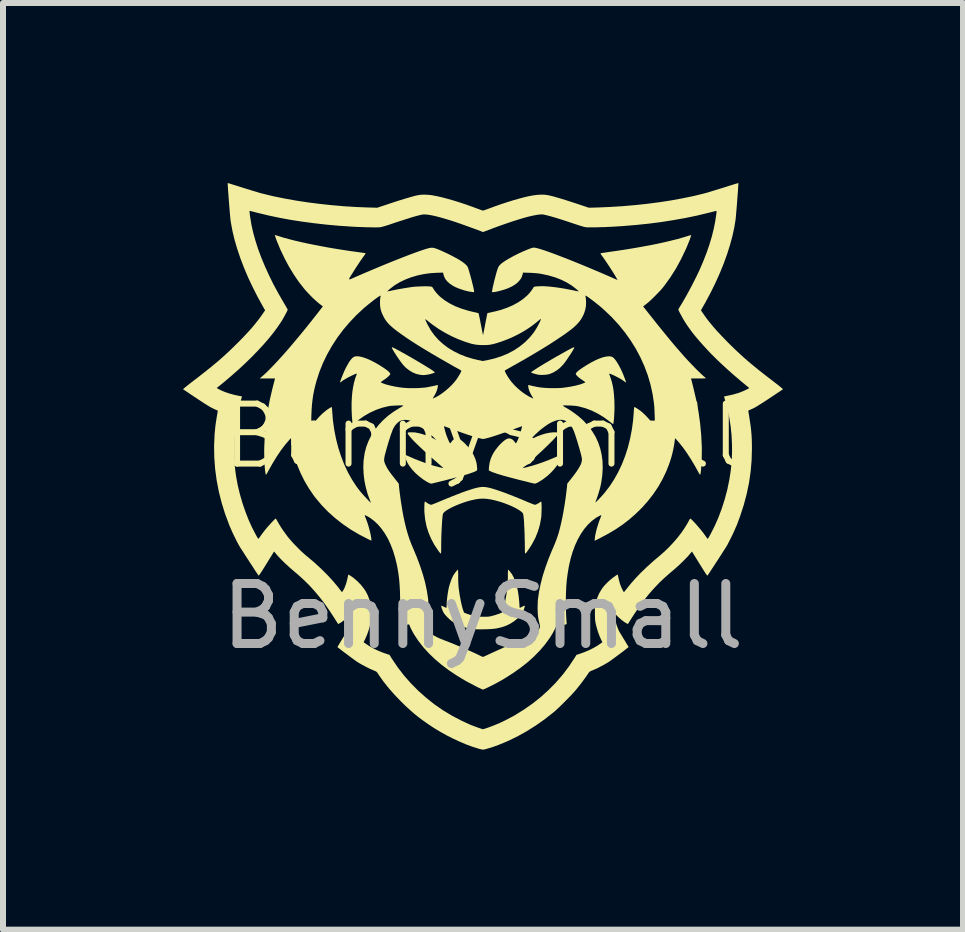
<source format=kicad_pcb>
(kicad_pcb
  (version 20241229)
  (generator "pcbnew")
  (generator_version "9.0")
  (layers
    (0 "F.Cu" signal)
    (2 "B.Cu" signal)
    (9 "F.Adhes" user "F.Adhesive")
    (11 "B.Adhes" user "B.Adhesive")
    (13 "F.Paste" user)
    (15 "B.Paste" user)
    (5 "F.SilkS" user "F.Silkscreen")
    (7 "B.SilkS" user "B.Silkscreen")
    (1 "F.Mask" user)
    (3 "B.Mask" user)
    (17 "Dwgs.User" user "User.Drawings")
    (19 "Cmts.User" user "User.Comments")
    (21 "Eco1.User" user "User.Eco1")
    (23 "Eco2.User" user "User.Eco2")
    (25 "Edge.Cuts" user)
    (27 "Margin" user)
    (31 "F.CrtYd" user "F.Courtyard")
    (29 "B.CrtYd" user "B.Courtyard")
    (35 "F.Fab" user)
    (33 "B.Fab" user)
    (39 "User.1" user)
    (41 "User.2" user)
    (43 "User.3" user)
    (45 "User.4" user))
  (footprint "BennySmall"
    (layer "F.Cu")
    (at 4.995 4.717)
    (property "Reference" "BennySmall" (at 0 -0.5 0) (unlocked yes) (layer "F.SilkS") (effects (font (size 1 1) (thickness 0.1))))
    (attr smd)
    (fp_poly (pts (xy -1.498 -1.977) (xy -1.48 -1.968) (xy -1.454 -1.955) (xy -1.445 -1.95) (xy -1.396 -1.924) (xy -1.344 -1.895) (xy -1.29 -1.865) (xy -1.235 -1.834) (xy -1.18 -1.802) (xy -1.126 -1.771) (xy -1.072 -1.739) (xy -1.022 -1.709) (xy -0.974 -1.68) (xy -0.93 -1.653) (xy -0.891 -1.629) (xy -0.858 -1.608) (xy -0.832 -1.59) (xy -0.813 -1.576) (xy -0.802 -1.567) (xy -0.8 -1.564) (xy -0.806 -1.559) (xy -0.82 -1.552) (xy -0.841 -1.544) (xy -0.866 -1.537) (xy -0.894 -1.53) (xy -0.923 -1.525) (xy -0.936 -1.523) (xy -0.965 -1.519) (xy -0.988 -1.518) (xy -1.009 -1.518) (xy -1.033 -1.521) (xy -1.049 -1.523) (xy -1.11 -1.537) (xy -1.17 -1.562) (xy -1.228 -1.597) (xy -1.283 -1.64) (xy -1.33 -1.689) (xy -1.347 -1.711) (xy -1.367 -1.737) (xy -1.389 -1.768) (xy -1.412 -1.801) (xy -1.435 -1.835) (xy -1.456 -1.868) (xy -1.476 -1.899) (xy -1.493 -1.927) (xy -1.506 -1.951) (xy -1.514 -1.968) (xy -1.517 -1.976) (xy -1.515 -1.98) (xy -1.509 -1.98)) (stroke (width 0) (type solid)) (fill yes) (layer "F.SilkS"))
    (fp_poly (pts (xy 1.522 -1.978) (xy 1.522 -1.976) (xy 1.519 -1.966) (xy 1.511 -1.949) (xy 1.497 -1.925) (xy 1.48 -1.897) (xy 1.46 -1.865) (xy 1.438 -1.832) (xy 1.415 -1.798) (xy 1.393 -1.765) (xy 1.371 -1.735) (xy 1.351 -1.709) (xy 1.334 -1.688) (xy 1.333 -1.687) (xy 1.285 -1.638) (xy 1.232 -1.596) (xy 1.177 -1.563) (xy 1.12 -1.538) (xy 1.096 -1.531) (xy 1.06 -1.525) (xy 1.018 -1.521) (xy 0.976 -1.52) (xy 0.938 -1.522) (xy 0.935 -1.523) (xy 0.913 -1.526) (xy 0.888 -1.532) (xy 0.863 -1.539) (xy 0.839 -1.546) (xy 0.819 -1.553) (xy 0.807 -1.559) (xy 0.803 -1.562) (xy 0.806 -1.567) (xy 0.819 -1.577) (xy 0.839 -1.591) (xy 0.867 -1.609) (xy 0.901 -1.631) (xy 0.94 -1.656) (xy 0.984 -1.683) (xy 1.032 -1.712) (xy 1.084 -1.742) (xy 1.137 -1.774) (xy 1.192 -1.806) (xy 1.247 -1.837) (xy 1.302 -1.868) (xy 1.355 -1.898) (xy 1.407 -1.927) (xy 1.45 -1.95) (xy 1.479 -1.965) (xy 1.499 -1.975) (xy 1.512 -1.98) (xy 1.519 -1.981)) (stroke (width 0) (type solid)) (fill yes) (layer "F.SilkS"))
    (fp_poly (pts (xy 0.426 1.728) (xy 0.436 1.738) (xy 0.449 1.752) (xy 0.485 1.8) (xy 0.516 1.858) (xy 0.543 1.924) (xy 0.566 2) (xy 0.584 2.083) (xy 0.598 2.175) (xy 0.607 2.272) (xy 0.608 2.291) (xy 0.61 2.318) (xy 0.611 2.34) (xy 0.613 2.355) (xy 0.614 2.362) (xy 0.614 2.362) (xy 0.62 2.36) (xy 0.633 2.353) (xy 0.651 2.344) (xy 0.656 2.342) (xy 0.674 2.332) (xy 0.689 2.326) (xy 0.697 2.325) (xy 0.698 2.325) (xy 0.699 2.333) (xy 0.696 2.348) (xy 0.69 2.368) (xy 0.682 2.391) (xy 0.673 2.414) (xy 0.664 2.432) (xy 0.646 2.46) (xy 0.62 2.492) (xy 0.589 2.525) (xy 0.554 2.557) (xy 0.524 2.581) (xy 0.46 2.623) (xy 0.39 2.657) (xy 0.312 2.684) (xy 0.226 2.704) (xy 0.224 2.704) (xy 0.194 2.708) (xy 0.155 2.712) (xy 0.111 2.715) (xy 0.062 2.717) (xy 0.012 2.718) (xy -0.037 2.719) (xy -0.082 2.718) (xy -0.121 2.717) (xy -0.148 2.714) (xy -0.237 2.701) (xy -0.319 2.681) (xy -0.392 2.654) (xy -0.459 2.62) (xy -0.519 2.581) (xy -0.555 2.551) (xy -0.589 2.519) (xy -0.62 2.486) (xy -0.645 2.455) (xy -0.659 2.432) (xy -0.668 2.412) (xy -0.677 2.389) (xy -0.685 2.366) (xy -0.691 2.346) (xy -0.693 2.331) (xy -0.692 2.325) (xy -0.686 2.326) (xy -0.673 2.331) (xy -0.655 2.339) (xy -0.65 2.342) (xy -0.631 2.351) (xy -0.617 2.358) (xy -0.609 2.362) (xy -0.608 2.362) (xy -0.606 2.357) (xy -0.605 2.344) (xy -0.604 2.327) (xy -0.603 2.283) (xy -0.599 2.233) (xy -0.593 2.178) (xy -0.585 2.122) (xy -0.576 2.068) (xy -0.566 2.019) (xy -0.556 1.983) (xy -0.537 1.924) (xy -0.517 1.871) (xy -0.496 1.827) (xy -0.488 1.814) (xy -0.476 1.795) (xy -0.461 1.775) (xy -0.446 1.756) (xy -0.432 1.739) (xy -0.421 1.728) (xy -0.415 1.724) (xy -0.414 1.729) (xy -0.413 1.744) (xy -0.412 1.767) (xy -0.411 1.796) (xy -0.411 1.83) (xy -0.411 1.84) (xy -0.411 1.88) (xy -0.41 1.921) (xy -0.408 1.96) (xy -0.406 1.993) (xy -0.404 2.018) (xy -0.396 2.079) (xy -0.387 2.14) (xy -0.376 2.201) (xy -0.365 2.259) (xy -0.353 2.313) (xy -0.341 2.359) (xy -0.329 2.397) (xy -0.325 2.408) (xy -0.313 2.44) (xy -0.267 2.458) (xy -0.242 2.467) (xy -0.21 2.477) (xy -0.177 2.487) (xy -0.157 2.492) (xy -0.132 2.499) (xy -0.111 2.503) (xy -0.092 2.506) (xy -0.071 2.508) (xy -0.046 2.509) (xy -0.013 2.509) (xy 0.003 2.509) (xy 0.039 2.509) (xy 0.067 2.509) (xy 0.089 2.507) (xy 0.109 2.505) (xy 0.129 2.501) (xy 0.151 2.495) (xy 0.162 2.492) (xy 0.194 2.484) (xy 0.227 2.473) (xy 0.257 2.463) (xy 0.273 2.458) (xy 0.318 2.44) (xy 0.331 2.408) (xy 0.345 2.364) (xy 0.359 2.31) (xy 0.373 2.245) (xy 0.386 2.175) (xy 0.396 2.115) (xy 0.403 2.064) (xy 0.409 2.018) (xy 0.413 1.974) (xy 0.415 1.931) (xy 0.416 1.884) (xy 0.417 1.84) (xy 0.417 1.805) (xy 0.417 1.775) (xy 0.418 1.75) (xy 0.419 1.733) (xy 0.42 1.724) (xy 0.421 1.724)) (stroke (width 0) (type solid)) (fill yes) (layer "F.SilkS"))
    (fp_poly (pts (xy 0.034 0.347) (xy 0.071 0.353) (xy 0.115 0.362) (xy 0.165 0.376) (xy 0.223 0.394) (xy 0.288 0.416) (xy 0.361 0.442) (xy 0.442 0.473) (xy 0.533 0.509) (xy 0.632 0.549) (xy 0.729 0.59) (xy 0.765 0.605) (xy 0.798 0.618) (xy 0.826 0.629) (xy 0.848 0.637) (xy 0.862 0.642) (xy 0.867 0.644) (xy 0.881 0.64) (xy 0.901 0.632) (xy 0.923 0.62) (xy 0.943 0.607) (xy 0.947 0.604) (xy 0.96 0.595) (xy 0.97 0.59) (xy 0.973 0.59) (xy 0.975 0.598) (xy 0.977 0.615) (xy 0.978 0.64) (xy 0.979 0.67) (xy 0.979 0.704) (xy 0.978 0.74) (xy 0.977 0.776) (xy 0.976 0.809) (xy 0.974 0.839) (xy 0.971 0.863) (xy 0.971 0.865) (xy 0.95 0.978) (xy 0.918 1.086) (xy 0.876 1.191) (xy 0.823 1.292) (xy 0.781 1.36) (xy 0.758 1.393) (xy 0.741 1.418) (xy 0.728 1.435) (xy 0.719 1.447) (xy 0.712 1.453) (xy 0.707 1.455) (xy 0.706 1.455) (xy 0.703 1.45) (xy 0.701 1.435) (xy 0.7 1.41) (xy 0.7 1.374) (xy 0.7 1.359) (xy 0.699 1.317) (xy 0.699 1.268) (xy 0.697 1.215) (xy 0.696 1.159) (xy 0.694 1.102) (xy 0.692 1.046) (xy 0.689 0.994) (xy 0.687 0.947) (xy 0.685 0.907) (xy 0.682 0.876) (xy 0.682 0.876) (xy 0.679 0.848) (xy 0.676 0.822) (xy 0.672 0.802) (xy 0.669 0.791) (xy 0.657 0.773) (xy 0.635 0.754) (xy 0.604 0.732) (xy 0.567 0.71) (xy 0.522 0.686) (xy 0.473 0.663) (xy 0.419 0.641) (xy 0.363 0.619) (xy 0.305 0.599) (xy 0.246 0.582) (xy 0.207 0.571) (xy 0.136 0.555) (xy 0.071 0.545) (xy 0.01 0.541) (xy -0.05 0.543) (xy -0.112 0.551) (xy -0.179 0.565) (xy -0.205 0.571) (xy -0.263 0.587) (xy -0.321 0.606) (xy -0.378 0.627) (xy -0.434 0.649) (xy -0.486 0.672) (xy -0.533 0.695) (xy -0.575 0.718) (xy -0.61 0.74) (xy -0.638 0.761) (xy -0.656 0.78) (xy -0.663 0.791) (xy -0.667 0.806) (xy -0.671 0.83) (xy -0.674 0.863) (xy -0.678 0.904) (xy -0.681 0.951) (xy -0.684 1.004) (xy -0.687 1.061) (xy -0.69 1.12) (xy -0.692 1.182) (xy -0.693 1.244) (xy -0.694 1.306) (xy -0.694 1.353) (xy -0.694 1.391) (xy -0.695 1.418) (xy -0.696 1.437) (xy -0.697 1.449) (xy -0.699 1.454) (xy -0.702 1.455) (xy -0.708 1.451) (xy -0.719 1.439) (xy -0.732 1.423) (xy -0.742 1.409) (xy -0.808 1.31) (xy -0.862 1.209) (xy -0.906 1.106) (xy -0.939 1) (xy -0.961 0.892) (xy -0.973 0.78) (xy -0.973 0.779) (xy -0.975 0.748) (xy -0.975 0.716) (xy -0.975 0.683) (xy -0.974 0.653) (xy -0.973 0.626) (xy -0.971 0.605) (xy -0.968 0.593) (xy -0.967 0.59) (xy -0.961 0.591) (xy -0.949 0.598) (xy -0.941 0.604) (xy -0.922 0.617) (xy -0.9 0.63) (xy -0.879 0.639) (xy -0.863 0.643) (xy -0.861 0.644) (xy -0.853 0.641) (xy -0.837 0.636) (xy -0.813 0.626) (xy -0.784 0.615) (xy -0.751 0.601) (xy -0.724 0.59) (xy -0.616 0.545) (xy -0.517 0.505) (xy -0.428 0.47) (xy -0.348 0.439) (xy -0.275 0.413) (xy -0.211 0.392) (xy -0.154 0.374) (xy -0.105 0.361) (xy -0.062 0.352) (xy -0.025 0.347) (xy 0.003 0.346)) (stroke (width 0) (type solid)) (fill yes) (layer "F.SilkS"))
    (fp_poly (pts (xy 4.257 -4.711) (xy 4.257 -4.695) (xy 4.255 -4.671) (xy 4.253 -4.639) (xy 4.251 -4.6) (xy 4.248 -4.557) (xy 4.244 -4.511) (xy 4.24 -4.461) (xy 4.237 -4.411) (xy 4.233 -4.361) (xy 4.229 -4.312) (xy 4.225 -4.265) (xy 4.221 -4.223) (xy 4.218 -4.185) (xy 4.215 -4.154) (xy 4.213 -4.13) (xy 4.212 -4.118) (xy 4.19 -3.98) (xy 4.159 -3.837) (xy 4.119 -3.689) (xy 4.071 -3.537) (xy 4.015 -3.381) (xy 3.951 -3.223) (xy 3.879 -3.062) (xy 3.8 -2.901) (xy 3.714 -2.739) (xy 3.671 -2.663) (xy 3.634 -2.597) (xy 3.679 -2.53) (xy 3.726 -2.464) (xy 3.777 -2.398) (xy 3.834 -2.329) (xy 3.896 -2.258) (xy 3.966 -2.183) (xy 4.043 -2.103) (xy 4.075 -2.07) (xy 4.134 -2.011) (xy 4.191 -1.956) (xy 4.246 -1.904) (xy 4.3 -1.853) (xy 4.355 -1.804) (xy 4.411 -1.755) (xy 4.47 -1.705) (xy 4.533 -1.653) (xy 4.601 -1.598) (xy 4.675 -1.54) (xy 4.756 -1.477) (xy 4.824 -1.425) (xy 4.863 -1.395) (xy 4.899 -1.367) (xy 4.931 -1.342) (xy 4.958 -1.32) (xy 4.979 -1.302) (xy 4.993 -1.29) (xy 5 -1.283) (xy 5 -1.282) (xy 4.995 -1.278) (xy 4.981 -1.268) (xy 4.96 -1.254) (xy 4.932 -1.235) (xy 4.898 -1.213) (xy 4.861 -1.188) (xy 4.819 -1.16) (xy 4.783 -1.136) (xy 4.719 -1.094) (xy 4.664 -1.058) (xy 4.616 -1.028) (xy 4.576 -1.003) (xy 4.543 -0.983) (xy 4.515 -0.968) (xy 4.502 -0.962) (xy 4.477 -0.95) (xy 4.454 -0.94) (xy 4.437 -0.933) (xy 4.428 -0.929) (xy 4.427 -0.929) (xy 4.423 -0.925) (xy 4.424 -0.911) (xy 4.439 -0.821) (xy 4.451 -0.74) (xy 4.462 -0.666) (xy 4.47 -0.596) (xy 4.476 -0.528) (xy 4.48 -0.46) (xy 4.482 -0.391) (xy 4.483 -0.317) (xy 4.483 -0.291) (xy 4.478 -0.101) (xy 4.462 0.088) (xy 4.435 0.275) (xy 4.396 0.462) (xy 4.347 0.647) (xy 4.287 0.832) (xy 4.232 0.98) (xy 4.214 1.02) (xy 4.194 1.067) (xy 4.171 1.117) (xy 4.147 1.168) (xy 4.122 1.217) (xy 4.099 1.263) (xy 4.078 1.303) (xy 4.065 1.327) (xy 4.057 1.34) (xy 4.044 1.36) (xy 4.027 1.387) (xy 4.006 1.419) (xy 3.983 1.456) (xy 3.957 1.496) (xy 3.931 1.537) (xy 3.903 1.58) (xy 3.875 1.622) (xy 3.849 1.663) (xy 3.823 1.702) (xy 3.8 1.737) (xy 3.78 1.768) (xy 3.763 1.793) (xy 3.751 1.811) (xy 3.744 1.821) (xy 3.742 1.823) (xy 3.739 1.822) (xy 3.733 1.816) (xy 3.724 1.804) (xy 3.711 1.786) (xy 3.694 1.76) (xy 3.673 1.726) (xy 3.646 1.684) (xy 3.615 1.633) (xy 3.61 1.626) (xy 3.484 1.422) (xy 3.474 1.434) (xy 3.417 1.501) (xy 3.35 1.57) (xy 3.276 1.642) (xy 3.194 1.716) (xy 3.134 1.766) (xy 3.037 1.851) (xy 2.944 1.938) (xy 2.857 2.029) (xy 2.772 2.125) (xy 2.69 2.227) (xy 2.609 2.337) (xy 2.528 2.456) (xy 2.481 2.528) (xy 2.417 2.63) (xy 2.396 2.62) (xy 2.364 2.601) (xy 2.328 2.575) (xy 2.291 2.545) (xy 2.257 2.514) (xy 2.227 2.484) (xy 2.209 2.463) (xy 2.194 2.443) (xy 2.194 2.473) (xy 2.197 2.507) (xy 2.203 2.549) (xy 2.214 2.594) (xy 2.227 2.641) (xy 2.243 2.687) (xy 2.26 2.728) (xy 2.267 2.744) (xy 2.275 2.758) (xy 2.287 2.779) (xy 2.304 2.807) (xy 2.323 2.838) (xy 2.343 2.872) (xy 2.357 2.894) (xy 2.377 2.927) (xy 2.394 2.956) (xy 2.409 2.981) (xy 2.42 2.999) (xy 2.427 3.011) (xy 2.428 3.014) (xy 2.413 3.026) (xy 2.39 3.044) (xy 2.362 3.066) (xy 2.329 3.092) (xy 2.293 3.119) (xy 2.256 3.146) (xy 2.219 3.174) (xy 2.185 3.199) (xy 2.153 3.222) (xy 2.127 3.241) (xy 2.107 3.255) (xy 2.102 3.259) (xy 2.059 3.285) (xy 2.01 3.313) (xy 1.957 3.341) (xy 1.905 3.368) (xy 1.855 3.39) (xy 1.824 3.403) (xy 1.801 3.412) (xy 1.786 3.42) (xy 1.775 3.429) (xy 1.764 3.441) (xy 1.752 3.459) (xy 1.749 3.464) (xy 1.726 3.498) (xy 1.697 3.538) (xy 1.665 3.581) (xy 1.631 3.627) (xy 1.596 3.671) (xy 1.563 3.713) (xy 1.55 3.728) (xy 1.523 3.759) (xy 1.489 3.797) (xy 1.45 3.838) (xy 1.407 3.882) (xy 1.362 3.927) (xy 1.317 3.972) (xy 1.274 4.014) (xy 1.233 4.052) (xy 1.197 4.085) (xy 1.173 4.105) (xy 1.03 4.217) (xy 0.882 4.321) (xy 0.731 4.416) (xy 0.577 4.502) (xy 0.421 4.578) (xy 0.265 4.643) (xy 0.201 4.666) (xy 0.166 4.679) (xy 0.129 4.691) (xy 0.093 4.701) (xy 0.06 4.711) (xy 0.032 4.718) (xy 0.011 4.722) (xy -0.001 4.723) (xy -0.012 4.722) (xy -0.03 4.717) (xy -0.054 4.712) (xy -0.07 4.707) (xy -0.17 4.676) (xy -0.276 4.637) (xy -0.385 4.591) (xy -0.496 4.539) (xy -0.607 4.483) (xy -0.716 4.422) (xy -0.821 4.358) (xy -0.9 4.306) (xy -0.987 4.245) (xy -1.067 4.186) (xy -1.143 4.125) (xy -1.217 4.06) (xy -1.292 3.991) (xy -1.363 3.921) (xy -1.472 3.808) (xy -1.57 3.697) (xy -1.657 3.587) (xy -1.734 3.478) (xy -1.743 3.464) (xy -1.756 3.444) (xy -1.767 3.431) (xy -1.778 3.422) (xy -1.792 3.414) (xy -1.813 3.406) (xy -1.819 3.403) (xy -1.864 3.384) (xy -1.914 3.36) (xy -1.967 3.333) (xy -2.019 3.305) (xy -2.067 3.277) (xy -2.096 3.259) (xy -2.113 3.247) (xy -2.137 3.23) (xy -2.166 3.209) (xy -2.2 3.184) (xy -2.236 3.157) (xy -2.273 3.129) (xy -2.31 3.102) (xy -2.344 3.076) (xy -2.374 3.052) (xy -2.399 3.033) (xy -2.418 3.018) (xy -2.422 3.014) (xy -2.42 3.009) (xy -2.413 2.996) (xy -2.401 2.976) (xy -2.385 2.95) (xy -2.367 2.92) (xy -2.351 2.894) (xy -2.33 2.859) (xy -2.31 2.826) (xy -2.292 2.796) (xy -2.277 2.77) (xy -2.266 2.751) (xy -2.262 2.744) (xy -2.245 2.705) (xy -2.228 2.661) (xy -2.214 2.614) (xy -2.202 2.568) (xy -2.193 2.524) (xy -2.189 2.487) (xy -2.189 2.473) (xy -2.189 2.443) (xy -2.203 2.463) (xy -2.228 2.491) (xy -2.259 2.522) (xy -2.294 2.553) (xy -2.331 2.581) (xy -2.366 2.606) (xy -2.391 2.62) (xy -2.411 2.63) (xy -2.476 2.528) (xy -2.557 2.404) (xy -2.638 2.289) (xy -2.72 2.182) (xy -2.803 2.083) (xy -2.888 1.989) (xy -2.978 1.9) (xy -3.072 1.814) (xy -3.129 1.766) (xy -3.214 1.693) (xy -3.294 1.62) (xy -3.366 1.549) (xy -3.43 1.48) (xy -3.468 1.434) (xy -3.479 1.422) (xy -3.605 1.626) (xy -3.637 1.678) (xy -3.664 1.721) (xy -3.686 1.756) (xy -3.704 1.783) (xy -3.717 1.802) (xy -3.727 1.815) (xy -3.733 1.822) (xy -3.737 1.823) (xy -3.737 1.823) (xy -3.742 1.816) (xy -3.752 1.801) (xy -3.767 1.779) (xy -3.786 1.751) (xy -3.808 1.717) (xy -3.832 1.68) (xy -3.858 1.639) (xy -3.886 1.598) (xy -3.913 1.555) (xy -3.941 1.513) (xy -3.967 1.472) (xy -3.991 1.434) (xy -4.013 1.4) (xy -4.032 1.371) (xy -4.047 1.347) (xy -4.057 1.331) (xy -4.059 1.327) (xy -4.078 1.293) (xy -4.1 1.252) (xy -4.123 1.205) (xy -4.148 1.154) (xy -4.172 1.104) (xy -4.194 1.054) (xy -4.214 1.009) (xy -4.226 0.98) (xy -4.295 0.794) (xy -4.353 0.607) (xy -4.4 0.42) (xy -4.436 0.231) (xy -4.461 0.042) (xy -4.475 -0.147) (xy -4.478 -0.336) (xy -4.47 -0.526) (xy -4.458 -0.655) (xy -4.453 -0.691) (xy -4.448 -0.729) (xy -4.441 -0.773) (xy -4.433 -0.823) (xy -4.423 -0.881) (xy -4.418 -0.911) (xy -4.417 -0.925) (xy -4.422 -0.929) (xy -4.429 -0.931) (xy -4.444 -0.938) (xy -4.466 -0.947) (xy -4.491 -0.959) (xy -4.496 -0.962) (xy -4.521 -0.974) (xy -4.551 -0.991) (xy -4.588 -1.013) (xy -4.631 -1.04) (xy -4.682 -1.073) (xy -4.741 -1.112) (xy -4.777 -1.136) (xy -4.821 -1.165) (xy -4.862 -1.192) (xy -4.899 -1.217) (xy -4.931 -1.239) (xy -4.958 -1.257) (xy -4.978 -1.27) (xy -4.991 -1.279) (xy -4.995 -1.282) (xy -4.991 -1.286) (xy -4.98 -1.296) (xy -4.972 -1.303) (xy -4.434 -1.303) (xy -4.417 -1.292) (xy -4.36 -1.262) (xy -4.295 -1.235) (xy -4.221 -1.21) (xy -4.141 -1.188) (xy -4.066 -1.172) (xy -4.044 -1.168) (xy -4.026 -1.165) (xy -4.016 -1.162) (xy -4.014 -1.162) (xy -4.015 -1.156) (xy -4.019 -1.141) (xy -4.025 -1.12) (xy -4.032 -1.093) (xy -4.038 -1.071) (xy -4.076 -0.924) (xy -4.106 -0.778) (xy -4.127 -0.631) (xy -4.141 -0.48) (xy -4.146 -0.355) (xy -4.146 -0.236) (xy -4.143 -0.122) (xy -4.134 -0.011) (xy -4.121 0.102) (xy -4.108 0.19) (xy -4.081 0.331) (xy -4.046 0.474) (xy -4.005 0.616) (xy -3.957 0.756) (xy -3.904 0.892) (xy -3.846 1.021) (xy -3.785 1.138) (xy -3.769 1.167) (xy -3.757 1.188) (xy -3.749 1.201) (xy -3.743 1.207) (xy -3.739 1.209) (xy -3.735 1.207) (xy -3.734 1.205) (xy -3.727 1.196) (xy -3.716 1.18) (xy -3.701 1.16) (xy -3.69 1.143) (xy -3.671 1.118) (xy -3.649 1.089) (xy -3.624 1.057) (xy -3.597 1.025) (xy -3.569 0.993) (xy -3.542 0.963) (xy -3.517 0.935) (xy -3.494 0.911) (xy -3.475 0.892) (xy -3.46 0.879) (xy -3.452 0.873) (xy -3.451 0.873) (xy -3.446 0.878) (xy -3.438 0.89) (xy -3.427 0.909) (xy -3.42 0.922) (xy -3.399 0.959) (xy -3.373 1.002) (xy -3.343 1.049) (xy -3.309 1.097) (xy -3.275 1.144) (xy -3.242 1.188) (xy -3.238 1.192) (xy -3.207 1.229) (xy -3.17 1.271) (xy -3.128 1.315) (xy -3.084 1.36) (xy -3.04 1.404) (xy -2.997 1.444) (xy -2.958 1.479) (xy -2.936 1.497) (xy -2.813 1.6) (xy -2.699 1.705) (xy -2.592 1.811) (xy -2.495 1.916) (xy -2.408 2.021) (xy -2.397 2.036) (xy -2.348 2.099) (xy -2.338 2.086) (xy -2.323 2.064) (xy -2.307 2.033) (xy -2.292 1.995) (xy -2.277 1.953) (xy -2.265 1.908) (xy -2.254 1.863) (xy -2.252 1.853) (xy -2.247 1.827) (xy -2.242 1.811) (xy -2.238 1.806) (xy -2.237 1.806) (xy -2.162 1.856) (xy -2.093 1.914) (xy -2.029 1.98) (xy -1.974 2.051) (xy -1.952 2.085) (xy -1.916 2.154) (xy -1.889 2.229) (xy -1.87 2.31) (xy -1.86 2.395) (xy -1.859 2.483) (xy -1.867 2.573) (xy -1.884 2.665) (xy -1.889 2.685) (xy -1.906 2.742) (xy -1.927 2.802) (xy -1.951 2.859) (xy -1.965 2.89) (xy -1.987 2.933) (xy -1.957 2.954) (xy -1.897 2.994) (xy -1.829 3.033) (xy -1.757 3.069) (xy -1.683 3.1) (xy -1.628 3.12) (xy -1.555 3.144) (xy -1.518 3.204) (xy -1.421 3.348) (xy -1.315 3.486) (xy -1.2 3.617) (xy -1.077 3.741) (xy -0.947 3.857) (xy -0.81 3.966) (xy -0.666 4.066) (xy -0.515 4.157) (xy -0.359 4.239) (xy -0.229 4.299) (xy -0.201 4.311) (xy -0.168 4.324) (xy -0.134 4.337) (xy -0.1 4.349) (xy -0.068 4.361) (xy -0.04 4.37) (xy -0.018 4.378) (xy -0.003 4.382) (xy 0.001 4.382) (xy 0.009 4.381) (xy 0.026 4.376) (xy 0.049 4.369) (xy 0.075 4.36) (xy 0.083 4.358) (xy 0.18 4.321) (xy 0.283 4.278) (xy 0.387 4.228) (xy 0.491 4.173) (xy 0.533 4.15) (xy 0.684 4.056) (xy 0.829 3.955) (xy 0.967 3.845) (xy 1.097 3.727) (xy 1.219 3.603) (xy 1.333 3.471) (xy 1.437 3.333) (xy 1.531 3.191) (xy 1.56 3.144) (xy 1.633 3.12) (xy 1.706 3.093) (xy 1.78 3.061) (xy 1.852 3.024) (xy 1.918 2.985) (xy 1.963 2.954) (xy 1.992 2.933) (xy 1.967 2.883) (xy 1.943 2.828) (xy 1.92 2.766) (xy 1.9 2.701) (xy 1.883 2.637) (xy 1.882 2.631) (xy 1.877 2.605) (xy 1.873 2.583) (xy 1.87 2.561) (xy 1.869 2.538) (xy 1.868 2.511) (xy 1.867 2.476) (xy 1.867 2.446) (xy 1.867 2.405) (xy 1.868 2.374) (xy 1.869 2.349) (xy 1.871 2.328) (xy 1.873 2.31) (xy 1.877 2.291) (xy 1.88 2.278) (xy 1.905 2.196) (xy 1.937 2.121) (xy 1.979 2.05) (xy 1.991 2.032) (xy 2.019 1.997) (xy 2.055 1.958) (xy 2.095 1.919) (xy 2.138 1.881) (xy 2.182 1.847) (xy 2.223 1.818) (xy 2.242 1.806) (xy 2.247 1.809) (xy 2.252 1.823) (xy 2.257 1.848) (xy 2.258 1.853) (xy 2.264 1.883) (xy 2.273 1.917) (xy 2.282 1.95) (xy 2.284 1.958) (xy 2.293 1.982) (xy 2.303 2.008) (xy 2.314 2.034) (xy 2.326 2.058) (xy 2.336 2.078) (xy 2.345 2.092) (xy 2.35 2.098) (xy 2.351 2.098) (xy 2.356 2.093) (xy 2.366 2.081) (xy 2.38 2.064) (xy 2.397 2.042) (xy 2.4 2.038) (xy 2.473 1.948) (xy 2.552 1.859) (xy 2.638 1.77) (xy 2.731 1.681) (xy 2.832 1.589) (xy 2.943 1.495) (xy 2.947 1.492) (xy 3.026 1.423) (xy 3.104 1.347) (xy 3.178 1.268) (xy 3.248 1.186) (xy 3.311 1.104) (xy 3.367 1.022) (xy 3.415 0.942) (xy 3.429 0.916) (xy 3.439 0.896) (xy 3.449 0.882) (xy 3.455 0.874) (xy 3.456 0.873) (xy 3.464 0.877) (xy 3.477 0.889) (xy 3.496 0.907) (xy 3.518 0.93) (xy 3.543 0.957) (xy 3.57 0.988) (xy 3.597 1.019) (xy 3.624 1.051) (xy 3.65 1.083) (xy 3.673 1.112) (xy 3.692 1.139) (xy 3.695 1.143) (xy 3.711 1.165) (xy 3.724 1.184) (xy 3.735 1.199) (xy 3.739 1.205) (xy 3.743 1.208) (xy 3.746 1.209) (xy 3.751 1.205) (xy 3.758 1.195) (xy 3.768 1.179) (xy 3.781 1.155) (xy 3.791 1.138) (xy 3.86 1.002) (xy 3.924 0.858) (xy 3.98 0.708) (xy 4.03 0.552) (xy 4.072 0.394) (xy 4.105 0.233) (xy 4.108 0.215) (xy 4.127 0.098) (xy 4.14 -0.014) (xy 4.148 -0.124) (xy 4.152 -0.236) (xy 4.151 -0.353) (xy 4.144 -0.512) (xy 4.128 -0.665) (xy 4.105 -0.815) (xy 4.072 -0.964) (xy 4.044 -1.071) (xy 4.035 -1.101) (xy 4.028 -1.127) (xy 4.023 -1.146) (xy 4.02 -1.159) (xy 4.02 -1.162) (xy 4.026 -1.163) (xy 4.04 -1.166) (xy 4.06 -1.17) (xy 4.072 -1.172) (xy 4.174 -1.195) (xy 4.266 -1.222) (xy 4.349 -1.255) (xy 4.39 -1.275) (xy 4.44 -1.301) (xy 4.418 -1.319) (xy 4.294 -1.422) (xy 4.178 -1.521) (xy 4.072 -1.615) (xy 3.973 -1.706) (xy 3.882 -1.793) (xy 3.797 -1.878) (xy 3.745 -1.933) (xy 3.681 -2.003) (xy 3.623 -2.068) (xy 3.572 -2.127) (xy 3.525 -2.183) (xy 3.483 -2.237) (xy 3.444 -2.29) (xy 3.406 -2.344) (xy 3.369 -2.4) (xy 3.367 -2.404) (xy 3.351 -2.43) (xy 3.333 -2.46) (xy 3.316 -2.491) (xy 3.299 -2.522) (xy 3.284 -2.55) (xy 3.271 -2.576) (xy 3.262 -2.595) (xy 3.258 -2.607) (xy 3.258 -2.61) (xy 3.26 -2.617) (xy 3.268 -2.632) (xy 3.279 -2.651) (xy 3.289 -2.667) (xy 3.325 -2.726) (xy 3.364 -2.793) (xy 3.405 -2.866) (xy 3.447 -2.943) (xy 3.489 -3.023) (xy 3.529 -3.102) (xy 3.567 -3.178) (xy 3.602 -3.251) (xy 3.618 -3.287) (xy 3.678 -3.428) (xy 3.732 -3.567) (xy 3.778 -3.702) (xy 3.817 -3.834) (xy 3.848 -3.96) (xy 3.872 -4.081) (xy 3.878 -4.122) (xy 3.884 -4.164) (xy 3.889 -4.196) (xy 3.892 -4.219) (xy 3.893 -4.236) (xy 3.893 -4.246) (xy 3.892 -4.251) (xy 3.89 -4.253) (xy 3.886 -4.253) (xy 3.883 -4.252) (xy 3.874 -4.25) (xy 3.856 -4.246) (xy 3.831 -4.239) (xy 3.799 -4.231) (xy 3.764 -4.222) (xy 3.738 -4.216) (xy 3.559 -4.173) (xy 3.37 -4.134) (xy 3.173 -4.099) (xy 2.969 -4.067) (xy 2.759 -4.04) (xy 2.544 -4.018) (xy 2.326 -4) (xy 2.186 -3.991) (xy 2.133 -3.988) (xy 2.079 -3.986) (xy 2.023 -3.983) (xy 1.967 -3.982) (xy 1.914 -3.98) (xy 1.864 -3.979) (xy 1.818 -3.979) (xy 1.779 -3.979) (xy 1.747 -3.979) (xy 1.725 -3.98) (xy 1.718 -3.981) (xy 1.696 -3.985) (xy 1.664 -3.993) (xy 1.622 -4.006) (xy 1.569 -4.023) (xy 1.512 -4.042) (xy 1.413 -4.075) (xy 1.324 -4.104) (xy 1.245 -4.129) (xy 1.175 -4.15) (xy 1.115 -4.167) (xy 1.065 -4.18) (xy 1.025 -4.189) (xy 1.008 -4.193) (xy 0.976 -4.195) (xy 0.935 -4.192) (xy 0.883 -4.184) (xy 0.823 -4.172) (xy 0.754 -4.156) (xy 0.677 -4.135) (xy 0.592 -4.109) (xy 0.499 -4.08) (xy 0.399 -4.046) (xy 0.292 -4.009) (xy 0.178 -3.967) (xy 0.154 -3.958) (xy 0.003 -3.901) (xy -0.14 -3.955) (xy -0.253 -3.996) (xy -0.359 -4.034) (xy -0.46 -4.069) (xy -0.553 -4.099) (xy -0.64 -4.125) (xy -0.72 -4.148) (xy -0.791 -4.166) (xy -0.854 -4.18) (xy -0.909 -4.189) (xy -0.954 -4.194) (xy -0.99 -4.194) (xy -1.003 -4.193) (xy -1.037 -4.186) (xy -1.082 -4.175) (xy -1.137 -4.16) (xy -1.201 -4.141) (xy -1.276 -4.117) (xy -1.36 -4.09) (xy -1.453 -4.06) (xy -1.506 -4.042) (xy -1.567 -4.021) (xy -1.619 -4.005) (xy -1.661 -3.993) (xy -1.692 -3.984) (xy -1.713 -3.981) (xy -1.731 -3.979) (xy -1.759 -3.979) (xy -1.796 -3.978) (xy -1.84 -3.979) (xy -1.889 -3.98) (xy -1.942 -3.981) (xy -1.998 -3.983) (xy -2.055 -3.985) (xy -2.112 -3.987) (xy -2.168 -3.99) (xy -2.18 -3.991) (xy -2.391 -4.005) (xy -2.601 -4.024) (xy -2.807 -4.047) (xy -3.008 -4.074) (xy -3.203 -4.104) (xy -3.392 -4.139) (xy -3.572 -4.177) (xy -3.733 -4.216) (xy -3.771 -4.225) (xy -3.805 -4.234) (xy -3.834 -4.242) (xy -3.858 -4.247) (xy -3.873 -4.251) (xy -3.877 -4.252) (xy -3.882 -4.253) (xy -3.885 -4.253) (xy -3.887 -4.25) (xy -3.888 -4.244) (xy -3.887 -4.232) (xy -3.885 -4.213) (xy -3.882 -4.187) (xy -3.877 -4.151) (xy -3.875 -4.139) (xy -3.855 -4.018) (xy -3.826 -3.89) (xy -3.789 -3.757) (xy -3.745 -3.619) (xy -3.692 -3.477) (xy -3.632 -3.332) (xy -3.565 -3.185) (xy -3.492 -3.036) (xy -3.411 -2.886) (xy -3.325 -2.736) (xy -3.31 -2.711) (xy -3.292 -2.681) (xy -3.277 -2.654) (xy -3.264 -2.632) (xy -3.256 -2.617) (xy -3.252 -2.609) (xy -3.252 -2.608) (xy -3.255 -2.599) (xy -3.262 -2.582) (xy -3.273 -2.56) (xy -3.288 -2.532) (xy -3.304 -2.502) (xy -3.321 -2.472) (xy -3.338 -2.442) (xy -3.354 -2.415) (xy -3.362 -2.403) (xy -3.423 -2.313) (xy -3.493 -2.219) (xy -3.572 -2.121) (xy -3.659 -2.021) (xy -3.754 -1.919) (xy -3.855 -1.815) (xy -3.962 -1.711) (xy -4.074 -1.607) (xy -4.191 -1.504) (xy -4.311 -1.402) (xy -4.349 -1.371) (xy -4.434 -1.303) (xy -4.972 -1.303) (xy -4.962 -1.312) (xy -4.937 -1.332) (xy -4.907 -1.356) (xy -4.873 -1.383) (xy -4.835 -1.412) (xy -4.818 -1.425) (xy -4.731 -1.492) (xy -4.652 -1.554) (xy -4.579 -1.612) (xy -4.513 -1.665) (xy -4.451 -1.717) (xy -4.392 -1.766) (xy -4.336 -1.816) (xy -4.282 -1.865) (xy -4.227 -1.916) (xy -4.172 -1.969) (xy -4.115 -2.025) (xy -4.069 -2.07) (xy -3.988 -2.153) (xy -3.916 -2.23) (xy -3.851 -2.302) (xy -3.793 -2.372) (xy -3.74 -2.439) (xy -3.691 -2.505) (xy -3.674 -2.53) (xy -3.628 -2.597) (xy -3.666 -2.663) (xy -3.755 -2.825) (xy -3.837 -2.987) (xy -3.913 -3.148) (xy -3.98 -3.307) (xy -4.04 -3.464) (xy -4.092 -3.618) (xy -4.136 -3.768) (xy -4.171 -3.914) (xy -4.197 -4.054) (xy -4.206 -4.118) (xy -4.208 -4.135) (xy -4.21 -4.161) (xy -4.213 -4.194) (xy -4.217 -4.233) (xy -4.22 -4.277) (xy -4.224 -4.324) (xy -4.228 -4.373) (xy -4.232 -4.424) (xy -4.236 -4.474) (xy -4.239 -4.523) (xy -4.243 -4.568) (xy -4.246 -4.61) (xy -4.248 -4.647) (xy -4.25 -4.677) (xy -4.251 -4.7) (xy -4.252 -4.714) (xy -4.251 -4.717) (xy -4.246 -4.716) (xy -4.231 -4.712) (xy -4.207 -4.705) (xy -4.176 -4.695) (xy -4.138 -4.683) (xy -4.095 -4.67) (xy -4.048 -4.655) (xy -4.001 -4.64) (xy -3.947 -4.623) (xy -3.893 -4.607) (xy -3.84 -4.59) (xy -3.791 -4.576) (xy -3.747 -4.562) (xy -3.709 -4.551) (xy -3.68 -4.543) (xy -3.666 -4.54) (xy -3.494 -4.498) (xy -3.313 -4.461) (xy -3.124 -4.427) (xy -2.929 -4.397) (xy -2.728 -4.371) (xy -2.524 -4.349) (xy -2.317 -4.331) (xy -2.109 -4.318) (xy -1.911 -4.31) (xy -1.76 -4.306) (xy -1.553 -4.375) (xy -1.465 -4.404) (xy -1.384 -4.43) (xy -1.309 -4.453) (xy -1.241 -4.473) (xy -1.182 -4.49) (xy -1.132 -4.504) (xy -1.091 -4.513) (xy -1.086 -4.514) (xy -1.034 -4.522) (xy -0.975 -4.524) (xy -0.911 -4.521) (xy -0.846 -4.514) (xy -0.831 -4.511) (xy -0.758 -4.497) (xy -0.676 -4.478) (xy -0.585 -4.454) (xy -0.488 -4.426) (xy -0.385 -4.394) (xy -0.277 -4.358) (xy -0.165 -4.318) (xy -0.081 -4.287) (xy -0.053 -4.277) (xy -0.029 -4.268) (xy -0.01 -4.262) (xy 0.001 -4.258) (xy 0.003 -4.258) (xy 0.01 -4.26) (xy 0.025 -4.265) (xy 0.047 -4.273) (xy 0.074 -4.282) (xy 0.087 -4.287) (xy 0.201 -4.329) (xy 0.312 -4.368) (xy 0.419 -4.403) (xy 0.52 -4.434) (xy 0.616 -4.461) (xy 0.704 -4.484) (xy 0.784 -4.502) (xy 0.837 -4.511) (xy 0.902 -4.52) (xy 0.966 -4.524) (xy 1.027 -4.523) (xy 1.08 -4.516) (xy 1.091 -4.514) (xy 1.13 -4.505) (xy 1.179 -4.493) (xy 1.237 -4.476) (xy 1.303 -4.457) (xy 1.377 -4.434) (xy 1.458 -4.408) (xy 1.544 -4.38) (xy 1.559 -4.375) (xy 1.766 -4.306) (xy 1.917 -4.31) (xy 2.124 -4.319) (xy 2.332 -4.332) (xy 2.538 -4.35) (xy 2.743 -4.372) (xy 2.943 -4.398) (xy 3.138 -4.428) (xy 3.327 -4.463) (xy 3.508 -4.5) (xy 3.672 -4.54) (xy 3.696 -4.546) (xy 3.729 -4.555) (xy 3.769 -4.567) (xy 3.815 -4.581) (xy 3.866 -4.597) (xy 3.919 -4.613) (xy 3.973 -4.63) (xy 4.007 -4.64) (xy 4.057 -4.656) (xy 4.104 -4.671) (xy 4.147 -4.684) (xy 4.184 -4.696) (xy 4.215 -4.705) (xy 4.238 -4.712) (xy 4.252 -4.716) (xy 4.257 -4.717)) (stroke (width 0) (type solid)) (fill yes) (layer "F.SilkS"))
    (fp_poly (pts (xy 3.47 -3.85) (xy 3.47 -3.844) (xy 3.466 -3.83) (xy 3.459 -3.808) (xy 3.449 -3.78) (xy 3.437 -3.748) (xy 3.423 -3.714) (xy 3.408 -3.677) (xy 3.393 -3.641) (xy 3.378 -3.606) (xy 3.377 -3.605) (xy 3.3 -3.445) (xy 3.217 -3.293) (xy 3.127 -3.15) (xy 3.03 -3.015) (xy 3.001 -2.978) (xy 2.978 -2.95) (xy 2.949 -2.918) (xy 2.915 -2.883) (xy 2.879 -2.846) (xy 2.842 -2.809) (xy 2.806 -2.774) (xy 2.772 -2.743) (xy 2.742 -2.717) (xy 2.722 -2.701) (xy 2.671 -2.662) (xy 2.697 -2.628) (xy 2.773 -2.532) (xy 2.843 -2.444) (xy 2.907 -2.363) (xy 2.967 -2.289) (xy 3.023 -2.22) (xy 3.076 -2.155) (xy 3.126 -2.094) (xy 3.175 -2.036) (xy 3.223 -1.979) (xy 3.271 -1.924) (xy 3.32 -1.868) (xy 3.358 -1.825) (xy 3.389 -1.791) (xy 3.423 -1.754) (xy 3.46 -1.715) (xy 3.498 -1.676) (xy 3.535 -1.637) (xy 3.572 -1.6) (xy 3.606 -1.567) (xy 3.636 -1.538) (xy 3.662 -1.514) (xy 3.681 -1.496) (xy 3.687 -1.492) (xy 3.702 -1.48) (xy 3.712 -1.47) (xy 3.716 -1.465) (xy 3.711 -1.464) (xy 3.696 -1.463) (xy 3.673 -1.462) (xy 3.644 -1.461) (xy 3.61 -1.461) (xy 3.593 -1.461) (xy 3.469 -1.461) (xy 3.472 -1.448) (xy 3.474 -1.439) (xy 3.479 -1.421) (xy 3.485 -1.396) (xy 3.493 -1.365) (xy 3.502 -1.329) (xy 3.508 -1.304) (xy 3.555 -1.104) (xy 3.593 -0.907) (xy 3.62 -0.713) (xy 3.638 -0.519) (xy 3.648 -0.325) (xy 3.648 -0.322) (xy 3.648 -0.272) (xy 3.648 -0.22) (xy 3.647 -0.168) (xy 3.646 -0.116) (xy 3.644 -0.065) (xy 3.641 -0.018) (xy 3.638 0.026) (xy 3.635 0.064) (xy 3.631 0.096) (xy 3.627 0.121) (xy 3.623 0.136) (xy 3.619 0.142) (xy 3.619 0.142) (xy 3.613 0.137) (xy 3.605 0.125) (xy 3.597 0.111) (xy 3.531 -0.008) (xy 3.465 -0.118) (xy 3.4 -0.219) (xy 3.335 -0.31) (xy 3.271 -0.39) (xy 3.233 -0.434) (xy 3.203 -0.467) (xy 3.199 -0.439) (xy 3.187 -0.356) (xy 3.173 -0.281) (xy 3.157 -0.21) (xy 3.138 -0.139) (xy 3.114 -0.065) (xy 3.112 -0.059) (xy 3.059 0.08) (xy 2.995 0.214) (xy 2.922 0.343) (xy 2.838 0.468) (xy 2.745 0.587) (xy 2.642 0.702) (xy 2.636 0.707) (xy 2.537 0.803) (xy 2.435 0.892) (xy 2.327 0.975) (xy 2.213 1.052) (xy 2.09 1.125) (xy 1.958 1.195) (xy 1.954 1.198) (xy 1.862 1.244) (xy 1.866 1.2) (xy 1.87 1.164) (xy 1.879 1.121) (xy 1.89 1.072) (xy 1.905 1.02) (xy 1.921 0.967) (xy 1.938 0.916) (xy 1.957 0.868) (xy 1.959 0.861) (xy 1.967 0.842) (xy 1.972 0.827) (xy 1.973 0.819) (xy 1.973 0.818) (xy 1.966 0.818) (xy 1.952 0.824) (xy 1.932 0.834) (xy 1.908 0.847) (xy 1.883 0.862) (xy 1.814 0.914) (xy 1.749 0.976) (xy 1.688 1.048) (xy 1.633 1.129) (xy 1.582 1.219) (xy 1.537 1.317) (xy 1.497 1.424) (xy 1.463 1.538) (xy 1.435 1.66) (xy 1.425 1.716) (xy 1.41 1.81) (xy 1.398 1.905) (xy 1.39 2.003) (xy 1.385 2.105) (xy 1.383 2.215) (xy 1.383 2.254) (xy 1.383 2.3) (xy 1.384 2.349) (xy 1.385 2.398) (xy 1.386 2.447) (xy 1.388 2.492) (xy 1.39 2.534) (xy 1.392 2.569) (xy 1.394 2.597) (xy 1.396 2.615) (xy 1.396 2.615) (xy 1.396 2.628) (xy 1.389 2.635) (xy 1.384 2.637) (xy 1.37 2.64) (xy 1.349 2.642) (xy 1.323 2.643) (xy 1.297 2.643) (xy 1.272 2.641) (xy 1.254 2.639) (xy 1.251 2.638) (xy 1.234 2.633) (xy 1.214 2.681) (xy 1.191 2.732) (xy 1.16 2.789) (xy 1.124 2.848) (xy 1.112 2.866) (xy 1.037 2.969) (xy 0.951 3.07) (xy 0.854 3.169) (xy 0.748 3.265) (xy 0.631 3.357) (xy 0.504 3.447) (xy 0.369 3.533) (xy 0.305 3.571) (xy 0.272 3.589) (xy 0.236 3.609) (xy 0.198 3.629) (xy 0.159 3.649) (xy 0.122 3.668) (xy 0.087 3.685) (xy 0.057 3.7) (xy 0.031 3.711) (xy 0.013 3.719) (xy 0.002 3.722) (xy 0.002 3.722) (xy -0.006 3.72) (xy -0.022 3.713) (xy -0.046 3.702) (xy -0.074 3.689) (xy -0.107 3.673) (xy -0.129 3.661) (xy -0.283 3.58) (xy -0.426 3.494) (xy -0.56 3.405) (xy -0.683 3.313) (xy -0.796 3.218) (xy -0.899 3.119) (xy -0.991 3.018) (xy -1.073 2.913) (xy -1.144 2.806) (xy -1.163 2.773) (xy -1.178 2.745) (xy -1.194 2.715) (xy -1.207 2.687) (xy -1.211 2.678) (xy -1.22 2.656) (xy -1.226 2.643) (xy -1.231 2.637) (xy -1.237 2.636) (xy -1.245 2.638) (xy -1.246 2.638) (xy -1.262 2.641) (xy -1.285 2.642) (xy -1.311 2.643) (xy -1.338 2.642) (xy -1.36 2.641) (xy -1.376 2.638) (xy -1.379 2.637) (xy -1.39 2.63) (xy -1.392 2.621) (xy -1.389 2.608) (xy -1.387 2.585) (xy -1.385 2.553) (xy -1.383 2.515) (xy -1.382 2.472) (xy -1.38 2.425) (xy -1.379 2.375) (xy -1.378 2.324) (xy -1.378 2.274) (xy -1.378 2.226) (xy -1.379 2.181) (xy -1.379 2.18) (xy -1.381 2.084) (xy -1.386 1.997) (xy -1.392 1.916) (xy -1.4 1.839) (xy -1.411 1.764) (xy -1.424 1.688) (xy -1.433 1.642) (xy -1.462 1.523) (xy -1.496 1.411) (xy -1.536 1.307) (xy -1.581 1.21) (xy -1.632 1.122) (xy -1.688 1.042) (xy -1.748 0.972) (xy -1.813 0.911) (xy -1.878 0.862) (xy -1.903 0.847) (xy -1.927 0.834) (xy -1.946 0.824) (xy -1.961 0.818) (xy -1.968 0.818) (xy -1.967 0.824) (xy -1.963 0.838) (xy -1.956 0.857) (xy -1.953 0.862) (xy -1.938 0.902) (xy -1.922 0.947) (xy -1.907 0.994) (xy -1.894 1.042) (xy -1.881 1.089) (xy -1.871 1.133) (xy -1.864 1.171) (xy -1.859 1.203) (xy -1.858 1.219) (xy -1.858 1.242) (xy -1.907 1.218) (xy -2.057 1.141) (xy -2.2 1.057) (xy -2.334 0.965) (xy -2.459 0.867) (xy -2.576 0.763) (xy -2.684 0.652) (xy -2.782 0.535) (xy -2.817 0.49) (xy -2.899 0.37) (xy -2.973 0.244) (xy -3.037 0.115) (xy -3.092 -0.017) (xy -3.114 -0.082) (xy -3.134 -0.145) (xy -3.15 -0.203) (xy -3.164 -0.26) (xy -3.175 -0.32) (xy -3.186 -0.385) (xy -3.194 -0.439) (xy -3.197 -0.467) (xy -3.228 -0.434) (xy -3.296 -0.354) (xy -3.364 -0.264) (xy -3.433 -0.162) (xy -3.502 -0.049) (xy -3.572 0.075) (xy -3.591 0.111) (xy -3.601 0.127) (xy -3.609 0.139) (xy -3.613 0.142) (xy -3.617 0.137) (xy -3.621 0.122) (xy -3.625 0.098) (xy -3.629 0.067) (xy -3.633 0.028) (xy -3.636 -0.015) (xy -3.638 -0.063) (xy -3.64 -0.114) (xy -3.642 -0.167) (xy -3.643 -0.221) (xy -3.643 -0.275) (xy -3.642 -0.322) (xy -3.633 -0.517) (xy -3.619 -0.663) (xy -2.861 -0.663) (xy -2.848 -0.68) (xy -2.786 -0.757) (xy -2.726 -0.824) (xy -2.669 -0.88) (xy -2.614 -0.926) (xy -2.58 -0.951) (xy -2.558 -0.965) (xy -2.54 -0.976) (xy -2.527 -0.983) (xy -2.521 -0.985) (xy -2.517 -0.981) (xy -2.514 -0.967) (xy -2.512 -0.943) (xy -2.511 -0.925) (xy -2.498 -0.764) (xy -2.476 -0.606) (xy -2.446 -0.453) (xy -2.408 -0.305) (xy -2.362 -0.163) (xy -2.309 -0.027) (xy -2.248 0.103) (xy -2.18 0.224) (xy -2.106 0.338) (xy -2.048 0.414) (xy -2.034 0.431) (xy -2.016 0.452) (xy -1.995 0.476) (xy -1.972 0.501) (xy -1.948 0.527) (xy -1.925 0.551) (xy -1.905 0.573) (xy -1.887 0.591) (xy -1.874 0.604) (xy -1.867 0.61) (xy -1.866 0.61) (xy -1.867 0.605) (xy -1.872 0.593) (xy -1.879 0.575) (xy -1.88 0.572) (xy -1.92 0.463) (xy -1.951 0.351) (xy -1.974 0.238) (xy -1.987 0.124) (xy -1.992 0.012) (xy -1.987 -0.097) (xy -1.986 -0.1) (xy -1.645 -0.1) (xy -1.643 -0.08) (xy -1.637 -0.06) (xy -1.629 -0.038) (xy -1.619 -0.016) (xy -1.605 0.012) (xy -1.59 0.04) (xy -1.571 0.069) (xy -1.548 0.102) (xy -1.521 0.139) (xy -1.487 0.182) (xy -1.47 0.204) (xy -1.401 0.291) (xy -1.397 0.334) (xy -1.392 0.385) (xy -1.385 0.444) (xy -1.376 0.509) (xy -1.367 0.577) (xy -1.356 0.646) (xy -1.345 0.714) (xy -1.334 0.777) (xy -1.326 0.823) (xy -1.303 0.931) (xy -1.279 1.031) (xy -1.253 1.123) (xy -1.225 1.21) (xy -1.193 1.295) (xy -1.168 1.354) (xy -1.103 1.509) (xy -1.047 1.658) (xy -1 1.801) (xy -0.962 1.938) (xy -0.934 2.07) (xy -0.914 2.196) (xy -0.912 2.214) (xy -0.909 2.25) (xy -0.908 2.294) (xy -0.907 2.342) (xy -0.907 2.39) (xy -0.909 2.437) (xy -0.911 2.479) (xy -0.915 2.513) (xy -0.915 2.516) (xy -0.921 2.547) (xy -0.927 2.58) (xy -0.935 2.61) (xy -0.937 2.619) (xy -0.944 2.646) (xy -0.947 2.666) (xy -0.945 2.683) (xy -0.939 2.701) (xy -0.932 2.714) (xy -0.914 2.742) (xy -0.889 2.769) (xy -0.856 2.796) (xy -0.815 2.822) (xy -0.765 2.849) (xy -0.706 2.876) (xy -0.636 2.904) (xy -0.619 2.91) (xy -0.528 2.946) (xy -0.43 2.986) (xy -0.328 3.029) (xy -0.226 3.074) (xy -0.126 3.119) (xy -0.067 3.147) (xy -0.043 3.159) (xy -0.022 3.169) (xy -0.007 3.176) (xy 0.001 3.179) (xy 0.001 3.179) (xy 0.007 3.177) (xy 0.021 3.17) (xy 0.043 3.161) (xy 0.069 3.149) (xy 0.1 3.134) (xy 0.105 3.132) (xy 0.227 3.076) (xy 0.341 3.025) (xy 0.448 2.98) (xy 0.55 2.939) (xy 0.637 2.906) (xy 0.709 2.877) (xy 0.771 2.849) (xy 0.823 2.821) (xy 0.866 2.792) (xy 0.9 2.763) (xy 0.926 2.733) (xy 0.94 2.71) (xy 0.948 2.691) (xy 0.951 2.673) (xy 0.95 2.653) (xy 0.945 2.627) (xy 0.941 2.614) (xy 0.928 2.559) (xy 0.919 2.5) (xy 0.914 2.435) (xy 0.912 2.362) (xy 0.913 2.325) (xy 0.914 2.288) (xy 0.915 2.254) (xy 0.917 2.226) (xy 0.918 2.214) (xy 0.936 2.09) (xy 0.963 1.961) (xy 0.998 1.825) (xy 1.043 1.685) (xy 1.095 1.541) (xy 1.156 1.392) (xy 1.172 1.357) (xy 1.2 1.29) (xy 1.224 1.228) (xy 1.246 1.166) (xy 1.266 1.102) (xy 1.284 1.034) (xy 1.302 0.958) (xy 1.312 0.914) (xy 1.326 0.848) (xy 1.34 0.773) (xy 1.354 0.693) (xy 1.367 0.611) (xy 1.379 0.529) (xy 1.389 0.45) (xy 1.398 0.377) (xy 1.403 0.332) (xy 1.406 0.291) (xy 1.476 0.203) (xy 1.521 0.145) (xy 1.559 0.093) (xy 1.589 0.048) (xy 1.613 0.007) (xy 1.631 -0.028) (xy 1.643 -0.061) (xy 1.649 -0.091) (xy 1.651 -0.115) (xy 1.649 -0.132) (xy 1.644 -0.16) (xy 1.635 -0.197) (xy 1.622 -0.245) (xy 1.61 -0.289) (xy 1.589 -0.361) (xy 1.57 -0.424) (xy 1.553 -0.477) (xy 1.538 -0.523) (xy 1.525 -0.561) (xy 1.512 -0.593) (xy 1.5 -0.62) (xy 1.495 -0.632) (xy 1.465 -0.681) (xy 1.432 -0.72) (xy 1.395 -0.748) (xy 1.353 -0.765) (xy 1.308 -0.773) (xy 1.258 -0.77) (xy 1.205 -0.756) (xy 1.148 -0.733) (xy 1.087 -0.699) (xy 1.022 -0.654) (xy 0.953 -0.6) (xy 0.881 -0.535) (xy 0.854 -0.508) (xy 0.781 -0.437) (xy 0.846 -0.469) (xy 0.914 -0.5) (xy 0.983 -0.525) (xy 1.05 -0.545) (xy 1.115 -0.558) (xy 1.174 -0.564) (xy 1.202 -0.564) (xy 1.231 -0.563) (xy 1.249 -0.559) (xy 1.258 -0.553) (xy 1.257 -0.543) (xy 1.249 -0.528) (xy 1.236 -0.51) (xy 1.218 -0.488) (xy 1.191 -0.459) (xy 1.159 -0.424) (xy 1.12 -0.386) (xy 1.077 -0.343) (xy 1.03 -0.298) (xy 0.981 -0.251) (xy 0.929 -0.204) (xy 0.877 -0.156) (xy 0.825 -0.11) (xy 0.774 -0.065) (xy 0.725 -0.023) (xy 0.686 0.01) (xy 0.674 0.02) (xy 0.667 0.028) (xy 0.666 0.03) (xy 0.673 0.03) (xy 0.688 0.027) (xy 0.711 0.022) (xy 0.74 0.015) (xy 0.772 0.006) (xy 0.807 -0.003) (xy 0.842 -0.013) (xy 0.876 -0.024) (xy 0.907 -0.033) (xy 0.921 -0.038) (xy 0.989 -0.062) (xy 1.062 -0.089) (xy 1.135 -0.118) (xy 1.204 -0.148) (xy 1.234 -0.161) (xy 1.258 -0.172) (xy 1.279 -0.18) (xy 1.293 -0.185) (xy 1.3 -0.186) (xy 1.3 -0.186) (xy 1.301 -0.179) (xy 1.299 -0.164) (xy 1.296 -0.145) (xy 1.281 -0.097) (xy 1.257 -0.047) (xy 1.223 0.005) (xy 1.181 0.058) (xy 1.132 0.11) (xy 1.077 0.161) (xy 1.028 0.199) (xy 0.996 0.223) (xy 0.963 0.244) (xy 0.932 0.263) (xy 0.905 0.278) (xy 0.883 0.287) (xy 0.867 0.291) (xy 0.866 0.291) (xy 0.858 0.29) (xy 0.84 0.286) (xy 0.814 0.28) (xy 0.78 0.272) (xy 0.742 0.262) (xy 0.698 0.251) (xy 0.652 0.24) (xy 0.604 0.228) (xy 0.556 0.215) (xy 0.508 0.203) (xy 0.463 0.191) (xy 0.421 0.18) (xy 0.384 0.17) (xy 0.352 0.161) (xy 0.338 0.157) (xy 0.288 0.142) (xy 0.241 0.128) (xy 0.199 0.113) (xy 0.164 0.101) (xy 0.136 0.089) (xy 0.121 0.082) (xy 0.099 0.07) (xy 0.102 0.014) (xy 0.112 -0.056) (xy 0.132 -0.126) (xy 0.162 -0.193) (xy 0.177 -0.22) (xy 0.205 -0.263) (xy 0.237 -0.305) (xy 0.27 -0.345) (xy 0.305 -0.381) (xy 0.339 -0.412) (xy 0.371 -0.437) (xy 0.4 -0.454) (xy 0.413 -0.459) (xy 0.442 -0.463) (xy 0.47 -0.457) (xy 0.498 -0.44) (xy 0.523 -0.415) (xy 0.529 -0.406) (xy 0.539 -0.392) (xy 0.547 -0.383) (xy 0.55 -0.381) (xy 0.555 -0.386) (xy 0.563 -0.399) (xy 0.573 -0.419) (xy 0.585 -0.445) (xy 0.597 -0.473) (xy 0.608 -0.503) (xy 0.616 -0.525) (xy 0.624 -0.553) (xy 0.633 -0.582) (xy 0.64 -0.609) (xy 0.647 -0.633) (xy 0.651 -0.652) (xy 0.652 -0.663) (xy 0.652 -0.666) (xy 0.646 -0.664) (xy 0.632 -0.659) (xy 0.609 -0.651) (xy 0.581 -0.64) (xy 0.547 -0.628) (xy 0.509 -0.614) (xy 0.506 -0.612) (xy 0.438 -0.588) (xy 0.372 -0.564) (xy 0.308 -0.542) (xy 0.248 -0.521) (xy 0.192 -0.503) (xy 0.143 -0.487) (xy 0.101 -0.475) (xy 0.067 -0.466) (xy 0.059 -0.464) (xy 0.004 -0.452) (xy -0.053 -0.464) (xy -0.083 -0.472) (xy -0.123 -0.483) (xy -0.171 -0.498) (xy -0.225 -0.516) (xy -0.285 -0.536) (xy -0.349 -0.558) (xy -0.416 -0.582) (xy -0.485 -0.607) (xy -0.5 -0.612) (xy -0.538 -0.626) (xy -0.572 -0.639) (xy -0.601 -0.65) (xy -0.624 -0.658) (xy -0.64 -0.664) (xy -0.646 -0.666) (xy -0.646 -0.666) (xy -0.647 -0.661) (xy -0.644 -0.647) (xy -0.639 -0.627) (xy -0.633 -0.602) (xy -0.625 -0.574) (xy -0.617 -0.546) (xy -0.612 -0.529) (xy -0.602 -0.502) (xy -0.591 -0.474) (xy -0.58 -0.446) (xy -0.569 -0.421) (xy -0.558 -0.4) (xy -0.55 -0.386) (xy -0.545 -0.381) (xy -0.544 -0.381) (xy -0.539 -0.385) (xy -0.53 -0.396) (xy -0.523 -0.406) (xy -0.509 -0.424) (xy -0.493 -0.44) (xy -0.486 -0.446) (xy -0.463 -0.458) (xy -0.441 -0.464) (xy -0.417 -0.462) (xy -0.391 -0.452) (xy -0.362 -0.433) (xy -0.329 -0.406) (xy -0.293 -0.372) (xy -0.237 -0.311) (xy -0.189 -0.246) (xy -0.151 -0.18) (xy -0.122 -0.113) (xy -0.104 -0.046) (xy -0.096 0.02) (xy -0.095 0.036) (xy -0.095 0.055) (xy -0.097 0.067) (xy -0.103 0.074) (xy -0.113 0.081) (xy -0.116 0.082) (xy -0.136 0.092) (xy -0.165 0.103) (xy -0.202 0.116) (xy -0.246 0.131) (xy -0.296 0.146) (xy -0.351 0.162) (xy -0.38 0.17) (xy -0.419 0.181) (xy -0.462 0.192) (xy -0.508 0.205) (xy -0.557 0.217) (xy -0.606 0.23) (xy -0.654 0.242) (xy -0.7 0.253) (xy -0.743 0.264) (xy -0.781 0.273) (xy -0.814 0.281) (xy -0.839 0.287) (xy -0.856 0.29) (xy -0.863 0.291) (xy -0.875 0.288) (xy -0.895 0.28) (xy -0.919 0.267) (xy -0.946 0.252) (xy -0.974 0.234) (xy -0.996 0.22) (xy -1.062 0.169) (xy -1.122 0.116) (xy -1.173 0.062) (xy -1.217 0.007) (xy -1.252 -0.047) (xy -1.277 -0.1) (xy -1.291 -0.147) (xy -1.295 -0.166) (xy -1.297 -0.181) (xy -1.297 -0.188) (xy -1.297 -0.188) (xy -1.291 -0.187) (xy -1.277 -0.182) (xy -1.257 -0.174) (xy -1.233 -0.163) (xy -1.231 -0.162) (xy -1.13 -0.118) (xy -1.027 -0.078) (xy -0.927 -0.042) (xy -0.831 -0.011) (xy -0.748 0.011) (xy -0.719 0.019) (xy -0.694 0.024) (xy -0.675 0.029) (xy -0.663 0.031) (xy -0.661 0.031) (xy -0.664 0.026) (xy -0.673 0.017) (xy -0.678 0.012) (xy -0.762 -0.061) (xy -0.841 -0.13) (xy -0.914 -0.195) (xy -0.98 -0.256) (xy -1.04 -0.312) (xy -1.093 -0.363) (xy -1.139 -0.408) (xy -1.177 -0.448) (xy -1.208 -0.483) (xy -1.231 -0.511) (xy -1.246 -0.533) (xy -1.253 -0.548) (xy -1.253 -0.552) (xy -1.25 -0.557) (xy -1.244 -0.561) (xy -1.231 -0.563) (xy -1.209 -0.564) (xy -1.203 -0.564) (xy -1.174 -0.564) (xy -1.142 -0.563) (xy -1.115 -0.56) (xy -1.114 -0.559) (xy -1.062 -0.549) (xy -1.004 -0.533) (xy -0.945 -0.513) (xy -0.887 -0.491) (xy -0.833 -0.467) (xy -0.812 -0.456) (xy -0.775 -0.436) (xy -0.848 -0.508) (xy -0.921 -0.576) (xy -0.989 -0.634) (xy -1.054 -0.682) (xy -1.116 -0.719) (xy -1.174 -0.747) (xy -1.229 -0.764) (xy -1.281 -0.772) (xy -1.295 -0.772) (xy -1.335 -0.769) (xy -1.37 -0.758) (xy -1.402 -0.739) (xy -1.433 -0.711) (xy -1.465 -0.674) (xy -1.489 -0.634) (xy -1.491 -0.63) (xy -1.505 -0.599) (xy -1.52 -0.558) (xy -1.538 -0.508) (xy -1.557 -0.448) (xy -1.578 -0.381) (xy -1.6 -0.305) (xy -1.61 -0.269) (xy -1.623 -0.221) (xy -1.634 -0.181) (xy -1.64 -0.149) (xy -1.644 -0.123) (xy -1.645 -0.1) (xy -1.986 -0.1) (xy -1.972 -0.203) (xy -1.97 -0.215) (xy -1.944 -0.317) (xy -1.907 -0.415) (xy -1.861 -0.509) (xy -1.804 -0.599) (xy -1.739 -0.684) (xy -1.664 -0.764) (xy -1.58 -0.839) (xy -1.488 -0.907) (xy -1.388 -0.969) (xy -1.37 -0.979) (xy -1.351 -0.99) (xy -1.336 -1) (xy -1.327 -1.007) (xy -1.327 -1.009) (xy -1.332 -1.011) (xy -1.346 -1.012) (xy -1.368 -1.012) (xy -1.396 -1.012) (xy -1.426 -1.011) (xy -1.459 -1.01) (xy -1.491 -1.008) (xy -1.522 -1.006) (xy -1.548 -1.003) (xy -1.568 -1) (xy -1.569 -1) (xy -1.677 -0.974) (xy -1.782 -0.937) (xy -1.886 -0.889) (xy -1.986 -0.831) (xy -2.083 -0.762) (xy -2.104 -0.746) (xy -2.125 -0.729) (xy -2.144 -0.715) (xy -2.157 -0.706) (xy -2.164 -0.702) (xy -2.165 -0.702) (xy -2.169 -0.711) (xy -2.172 -0.73) (xy -2.176 -0.758) (xy -2.179 -0.792) (xy -2.182 -0.831) (xy -2.184 -0.874) (xy -2.186 -0.92) (xy -2.187 -0.966) (xy -2.187 -1.012) (xy -2.187 -1.056) (xy -2.187 -1.06) (xy -2.182 -1.153) (xy -2.174 -1.241) (xy -2.161 -1.323) (xy -2.145 -1.398) (xy -2.126 -1.465) (xy -2.113 -1.501) (xy -2.106 -1.519) (xy -2.101 -1.533) (xy -2.099 -1.54) (xy -2.104 -1.541) (xy -2.116 -1.538) (xy -2.136 -1.531) (xy -2.16 -1.52) (xy -2.188 -1.507) (xy -2.218 -1.492) (xy -2.248 -1.477) (xy -2.276 -1.461) (xy -2.302 -1.446) (xy -2.324 -1.433) (xy -2.338 -1.422) (xy -2.355 -1.409) (xy -2.369 -1.399) (xy -2.377 -1.394) (xy -2.378 -1.394) (xy -2.379 -1.399) (xy -2.376 -1.411) (xy -2.37 -1.43) (xy -2.368 -1.437) (xy -2.339 -1.511) (xy -2.311 -1.579) (xy -2.282 -1.64) (xy -2.253 -1.693) (xy -2.226 -1.739) (xy -2.199 -1.775) (xy -2.174 -1.803) (xy -2.15 -1.82) (xy -2.142 -1.824) (xy -2.111 -1.831) (xy -2.072 -1.83) (xy -2.027 -1.822) (xy -1.976 -1.807) (xy -1.919 -1.786) (xy -1.858 -1.758) (xy -1.793 -1.724) (xy -1.725 -1.685) (xy -1.667 -1.648) (xy -1.622 -1.617) (xy -1.587 -1.591) (xy -1.562 -1.568) (xy -1.547 -1.55) (xy -1.543 -1.537) (xy -1.543 -1.534) (xy -1.551 -1.52) (xy -1.567 -1.502) (xy -1.59 -1.481) (xy -1.618 -1.458) (xy -1.651 -1.436) (xy -1.671 -1.422) (xy -1.688 -1.41) (xy -1.698 -1.402) (xy -1.701 -1.399) (xy -1.696 -1.394) (xy -1.683 -1.387) (xy -1.662 -1.379) (xy -1.636 -1.369) (xy -1.607 -1.36) (xy -1.598 -1.357) (xy -1.534 -1.341) (xy -1.463 -1.326) (xy -1.39 -1.314) (xy -1.327 -1.306) (xy -1.283 -1.303) (xy -1.231 -1.3) (xy -1.175 -1.3) (xy -1.117 -1.3) (xy -1.061 -1.302) (xy -1.009 -1.306) (xy -0.963 -1.31) (xy -0.946 -1.312) (xy -0.918 -1.317) (xy -0.887 -1.323) (xy -0.854 -1.33) (xy -0.823 -1.336) (xy -0.795 -1.342) (xy -0.773 -1.348) (xy -0.76 -1.352) (xy -0.76 -1.352) (xy -0.753 -1.353) (xy -0.75 -1.346) (xy -0.75 -1.337) (xy -0.754 -1.307) (xy -0.763 -1.271) (xy -0.778 -1.232) (xy -0.797 -1.193) (xy -0.814 -1.164) (xy -0.826 -1.145) (xy -0.833 -1.134) (xy -0.834 -1.129) (xy -0.83 -1.129) (xy -0.824 -1.131) (xy -0.777 -1.153) (xy -0.726 -1.182) (xy -0.673 -1.218) (xy -0.619 -1.26) (xy -0.567 -1.305) (xy -0.518 -1.352) (xy -0.475 -1.4) (xy -0.445 -1.438) (xy -0.43 -1.459) (xy -0.414 -1.484) (xy -0.398 -1.51) (xy -0.383 -1.535) (xy -0.371 -1.558) (xy -0.362 -1.576) (xy -0.358 -1.587) (xy -0.358 -1.588) (xy -0.362 -1.592) (xy 0.366 -1.592) (xy 0.367 -1.585) (xy 0.371 -1.573) (xy 0.379 -1.555) (xy 0.388 -1.538) (xy 0.426 -1.474) (xy 0.473 -1.409) (xy 0.529 -1.346) (xy 0.591 -1.287) (xy 0.656 -1.234) (xy 0.69 -1.21) (xy 0.727 -1.186) (xy 0.763 -1.164) (xy 0.797 -1.146) (xy 0.826 -1.133) (xy 0.83 -1.131) (xy 0.837 -1.129) (xy 0.84 -1.13) (xy 0.838 -1.135) (xy 0.83 -1.148) (xy 0.82 -1.163) (xy 0.796 -1.205) (xy 0.777 -1.247) (xy 0.763 -1.288) (xy 0.756 -1.324) (xy 0.756 -1.338) (xy 0.757 -1.35) (xy 0.761 -1.353) (xy 0.765 -1.352) (xy 0.778 -1.348) (xy 0.8 -1.343) (xy 0.828 -1.336) (xy 0.859 -1.33) (xy 0.892 -1.323) (xy 0.923 -1.317) (xy 0.951 -1.313) (xy 0.952 -1.312) (xy 0.992 -1.308) (xy 1.042 -1.304) (xy 1.096 -1.301) (xy 1.154 -1.3) (xy 1.211 -1.3) (xy 1.265 -1.301) (xy 1.314 -1.304) (xy 1.333 -1.306) (xy 1.406 -1.316) (xy 1.479 -1.328) (xy 1.549 -1.343) (xy 1.603 -1.357) (xy 1.633 -1.366) (xy 1.66 -1.376) (xy 1.682 -1.385) (xy 1.699 -1.392) (xy 1.707 -1.397) (xy 1.707 -1.399) (xy 1.703 -1.403) (xy 1.691 -1.412) (xy 1.673 -1.424) (xy 1.656 -1.436) (xy 1.624 -1.458) (xy 1.596 -1.48) (xy 1.573 -1.501) (xy 1.557 -1.519) (xy 1.549 -1.533) (xy 1.549 -1.534) (xy 1.55 -1.546) (xy 1.56 -1.561) (xy 1.578 -1.579) (xy 1.606 -1.602) (xy 1.643 -1.628) (xy 1.659 -1.639) (xy 1.733 -1.686) (xy 1.803 -1.727) (xy 1.87 -1.762) (xy 1.933 -1.79) (xy 1.991 -1.811) (xy 2.042 -1.824) (xy 2.087 -1.83) (xy 2.097 -1.83) (xy 2.127 -1.829) (xy 2.15 -1.823) (xy 2.169 -1.812) (xy 2.182 -1.801) (xy 2.202 -1.778) (xy 2.225 -1.747) (xy 2.249 -1.709) (xy 2.273 -1.666) (xy 2.298 -1.619) (xy 2.321 -1.57) (xy 2.34 -1.525) (xy 2.357 -1.481) (xy 2.37 -1.445) (xy 2.38 -1.418) (xy 2.384 -1.401) (xy 2.385 -1.394) (xy 2.384 -1.394) (xy 2.378 -1.397) (xy 2.365 -1.406) (xy 2.349 -1.418) (xy 2.344 -1.422) (xy 2.326 -1.435) (xy 2.3 -1.451) (xy 2.268 -1.469) (xy 2.234 -1.487) (xy 2.198 -1.505) (xy 2.164 -1.521) (xy 2.135 -1.533) (xy 2.128 -1.536) (xy 2.113 -1.541) (xy 2.106 -1.542) (xy 2.105 -1.539) (xy 2.106 -1.535) (xy 2.109 -1.526) (xy 2.115 -1.509) (xy 2.123 -1.486) (xy 2.129 -1.468) (xy 2.149 -1.404) (xy 2.165 -1.336) (xy 2.177 -1.265) (xy 2.185 -1.187) (xy 2.191 -1.101) (xy 2.192 -1.057) (xy 2.193 -1.014) (xy 2.193 -0.969) (xy 2.192 -0.923) (xy 2.19 -0.878) (xy 2.188 -0.834) (xy 2.185 -0.795) (xy 2.182 -0.76) (xy 2.178 -0.732) (xy 2.175 -0.713) (xy 2.171 -0.702) (xy 2.17 -0.702) (xy 2.165 -0.704) (xy 2.153 -0.712) (xy 2.136 -0.725) (xy 2.115 -0.741) (xy 2.109 -0.746) (xy 2.013 -0.817) (xy 1.913 -0.877) (xy 1.811 -0.927) (xy 1.705 -0.967) (xy 1.598 -0.995) (xy 1.574 -1) (xy 1.554 -1.003) (xy 1.528 -1.006) (xy 1.498 -1.008) (xy 1.466 -1.01) (xy 1.433 -1.011) (xy 1.402 -1.012) (xy 1.375 -1.012) (xy 1.353 -1.012) (xy 1.338 -1.011) (xy 1.332 -1.009) (xy 1.332 -1.009) (xy 1.337 -1.004) (xy 1.349 -0.995) (xy 1.367 -0.984) (xy 1.376 -0.979) (xy 1.449 -0.936) (xy 1.523 -0.885) (xy 1.594 -0.831) (xy 1.658 -0.775) (xy 1.684 -0.75) (xy 1.759 -0.668) (xy 1.823 -0.581) (xy 1.878 -0.49) (xy 1.922 -0.394) (xy 1.956 -0.293) (xy 1.98 -0.189) (xy 1.994 -0.08) (xy 1.997 0.033) (xy 1.99 0.15) (xy 1.973 0.271) (xy 1.961 0.33) (xy 1.954 0.359) (xy 1.944 0.395) (xy 1.932 0.435) (xy 1.919 0.477) (xy 1.906 0.517) (xy 1.893 0.553) (xy 1.882 0.582) (xy 1.878 0.591) (xy 1.875 0.599) (xy 1.874 0.603) (xy 1.878 0.602) (xy 1.887 0.595) (xy 1.901 0.581) (xy 1.92 0.563) (xy 1.944 0.538) (xy 1.971 0.509) (xy 1.999 0.478) (xy 2.024 0.449) (xy 2.025 0.448) (xy 2.109 0.34) (xy 2.185 0.224) (xy 2.254 0.101) (xy 2.316 -0.03) (xy 2.37 -0.167) (xy 2.416 -0.31) (xy 2.453 -0.458) (xy 2.483 -0.612) (xy 2.504 -0.769) (xy 2.513 -0.884) (xy 2.515 -0.916) (xy 2.517 -0.944) (xy 2.519 -0.966) (xy 2.521 -0.98) (xy 2.522 -0.985) (xy 2.529 -0.984) (xy 2.543 -0.977) (xy 2.563 -0.966) (xy 2.586 -0.95) (xy 2.613 -0.932) (xy 2.621 -0.926) (xy 2.653 -0.9) (xy 2.689 -0.867) (xy 2.727 -0.829) (xy 2.764 -0.789) (xy 2.798 -0.749) (xy 2.818 -0.725) (xy 2.834 -0.704) (xy 2.848 -0.686) (xy 2.858 -0.674) (xy 2.862 -0.669) (xy 2.863 -0.672) (xy 2.864 -0.685) (xy 2.865 -0.707) (xy 2.865 -0.735) (xy 2.865 -0.768) (xy 2.864 -0.805) (xy 2.863 -0.845) (xy 2.861 -0.885) (xy 2.86 -0.924) (xy 2.858 -0.962) (xy 2.856 -0.996) (xy 2.853 -1.025) (xy 2.852 -1.041) (xy 2.828 -1.201) (xy 2.794 -1.357) (xy 2.749 -1.511) (xy 2.693 -1.662) (xy 2.627 -1.809) (xy 2.551 -1.952) (xy 2.465 -2.091) (xy 2.369 -2.226) (xy 2.264 -2.356) (xy 2.149 -2.481) (xy 2.024 -2.6) (xy 1.985 -2.635) (xy 1.955 -2.661) (xy 1.922 -2.688) (xy 1.888 -2.715) (xy 1.854 -2.742) (xy 1.821 -2.767) (xy 1.79 -2.79) (xy 1.763 -2.81) (xy 1.74 -2.826) (xy 1.722 -2.837) (xy 1.712 -2.842) (xy 1.709 -2.842) (xy 1.709 -2.835) (xy 1.711 -2.822) (xy 1.713 -2.812) (xy 1.716 -2.795) (xy 1.718 -2.77) (xy 1.719 -2.742) (xy 1.72 -2.723) (xy 1.716 -2.658) (xy 1.704 -2.598) (xy 1.684 -2.539) (xy 1.668 -2.505) (xy 1.65 -2.472) (xy 1.631 -2.44) (xy 1.608 -2.409) (xy 1.582 -2.379) (xy 1.552 -2.348) (xy 1.517 -2.315) (xy 1.476 -2.281) (xy 1.428 -2.245) (xy 1.374 -2.205) (xy 1.311 -2.162) (xy 1.239 -2.114) (xy 1.215 -2.098) (xy 1.098 -2.022) (xy 0.97 -1.943) (xy 0.833 -1.861) (xy 0.686 -1.775) (xy 0.529 -1.686) (xy 0.523 -1.683) (xy 0.486 -1.662) (xy 0.452 -1.643) (xy 0.422 -1.626) (xy 0.398 -1.612) (xy 0.38 -1.602) (xy 0.371 -1.597) (xy 0.369 -1.596) (xy 0.366 -1.592) (xy -0.362 -1.592) (xy -0.363 -1.593) (xy -0.375 -1.602) (xy -0.394 -1.613) (xy -0.413 -1.624) (xy -0.44 -1.639) (xy -0.476 -1.658) (xy -0.517 -1.682) (xy -0.564 -1.709) (xy -0.614 -1.737) (xy -0.665 -1.767) (xy -0.717 -1.796) (xy -0.766 -1.825) (xy -0.812 -1.852) (xy -0.854 -1.876) (xy -0.87 -1.886) (xy -0.988 -1.957) (xy -1.095 -2.023) (xy -1.192 -2.085) (xy -1.279 -2.143) (xy -1.356 -2.197) (xy -1.424 -2.246) (xy -1.482 -2.291) (xy -1.53 -2.332) (xy -1.569 -2.37) (xy -1.598 -2.403) (xy -1.628 -2.445) (xy -0.96 -2.445) (xy -0.956 -2.436) (xy -0.949 -2.418) (xy -0.938 -2.395) (xy -0.925 -2.368) (xy -0.918 -2.354) (xy -0.868 -2.265) (xy -0.809 -2.183) (xy -0.741 -2.106) (xy -0.664 -2.036) (xy -0.58 -1.972) (xy -0.487 -1.916) (xy -0.387 -1.866) (xy -0.28 -1.823) (xy -0.166 -1.789) (xy -0.079 -1.768) (xy -0.051 -1.763) (xy -0.028 -1.758) (xy -0.011 -1.754) (xy -0.002 -1.752) (xy -0.001 -1.752) (xy 0.004 -1.753) (xy 0.019 -1.756) (xy 0.04 -1.76) (xy 0.067 -1.765) (xy 0.074 -1.766) (xy 0.196 -1.795) (xy 0.311 -1.832) (xy 0.419 -1.877) (xy 0.52 -1.931) (xy 0.613 -1.993) (xy 0.699 -2.062) (xy 0.777 -2.14) (xy 0.84 -2.216) (xy 0.857 -2.241) (xy 0.876 -2.27) (xy 0.896 -2.302) (xy 0.915 -2.336) (xy 0.932 -2.369) (xy 0.947 -2.398) (xy 0.958 -2.423) (xy 0.964 -2.44) (xy 0.964 -2.442) (xy 0.967 -2.457) (xy 0.946 -2.44) (xy 0.878 -2.384) (xy 0.814 -2.335) (xy 0.75 -2.291) (xy 0.683 -2.249) (xy 0.609 -2.207) (xy 0.588 -2.196) (xy 0.522 -2.163) (xy 0.452 -2.131) (xy 0.378 -2.101) (xy 0.304 -2.074) (xy 0.233 -2.051) (xy 0.168 -2.033) (xy 0.157 -2.031) (xy 0.131 -2.026) (xy 0.107 -2.022) (xy 0.083 -2.02) (xy 0.054 -2.018) (xy 0.017 -2.018) (xy 0.003 -2.018) (xy -0.042 -2.018) (xy -0.081 -2.021) (xy -0.118 -2.025) (xy -0.156 -2.032) (xy -0.196 -2.041) (xy -0.241 -2.055) (xy -0.292 -2.071) (xy -0.404 -2.113) (xy -0.516 -2.163) (xy -0.627 -2.221) (xy -0.733 -2.284) (xy -0.832 -2.353) (xy -0.899 -2.404) (xy -0.924 -2.425) (xy -0.943 -2.439) (xy -0.954 -2.447) (xy -0.96 -2.448) (xy -0.96 -2.445) (xy -1.628 -2.445) (xy -1.631 -2.449) (xy -1.659 -2.5) (xy -1.683 -2.552) (xy -1.7 -2.603) (xy -1.702 -2.611) (xy -1.709 -2.647) (xy -1.713 -2.687) (xy -1.714 -2.728) (xy -1.713 -2.768) (xy -1.71 -2.801) (xy -1.708 -2.812) (xy -1.704 -2.828) (xy -1.703 -2.839) (xy -1.704 -2.842) (xy -1.71 -2.84) (xy -1.723 -2.833) (xy -1.743 -2.82) (xy -1.769 -2.802) (xy -1.798 -2.781) (xy -1.83 -2.757) (xy -1.863 -2.73) (xy -1.898 -2.703) (xy -1.931 -2.676) (xy -1.963 -2.649) (xy -1.98 -2.635) (xy -2.105 -2.519) (xy -2.221 -2.397) (xy -2.329 -2.27) (xy -2.427 -2.138) (xy -2.516 -2.001) (xy -2.595 -1.861) (xy -2.665 -1.716) (xy -2.724 -1.569) (xy -2.772 -1.419) (xy -2.793 -1.341) (xy -2.812 -1.26) (xy -2.827 -1.182) (xy -2.838 -1.106) (xy -2.847 -1.027) (xy -2.853 -0.944) (xy -2.857 -0.854) (xy -2.858 -0.814) (xy -2.861 -0.663) (xy -3.619 -0.663) (xy -3.615 -0.712) (xy -3.587 -0.907) (xy -3.55 -1.105) (xy -3.503 -1.306) (xy -3.5 -1.315) (xy -3.491 -1.351) (xy -3.483 -1.384) (xy -3.475 -1.412) (xy -3.47 -1.433) (xy -3.467 -1.446) (xy -3.466 -1.448) (xy -3.463 -1.461) (xy -3.591 -1.461) (xy -3.719 -1.461) (xy -3.697 -1.479) (xy -3.652 -1.518) (xy -3.6 -1.566) (xy -3.544 -1.622) (xy -3.482 -1.686) (xy -3.416 -1.757) (xy -3.345 -1.835) (xy -3.27 -1.919) (xy -3.192 -2.01) (xy -3.112 -2.105) (xy -3.028 -2.206) (xy -2.942 -2.311) (xy -2.855 -2.42) (xy -2.766 -2.533) (xy -2.714 -2.6) (xy -2.666 -2.662) (xy -2.717 -2.701) (xy -2.751 -2.729) (xy -2.79 -2.763) (xy -2.832 -2.802) (xy -2.874 -2.844) (xy -2.915 -2.887) (xy -2.953 -2.928) (xy -2.974 -2.953) (xy -3.064 -3.067) (xy -3.149 -3.191) (xy -3.229 -3.323) (xy -3.304 -3.463) (xy -3.374 -3.61) (xy -3.437 -3.762) (xy -3.443 -3.778) (xy -3.452 -3.804) (xy -3.459 -3.826) (xy -3.464 -3.841) (xy -3.465 -3.849) (xy -3.464 -3.85) (xy -3.458 -3.849) (xy -3.442 -3.845) (xy -3.421 -3.839) (xy -3.395 -3.831) (xy -3.391 -3.829) (xy -3.316 -3.806) (xy -3.231 -3.783) (xy -3.137 -3.759) (xy -3.035 -3.735) (xy -2.926 -3.711) (xy -2.812 -3.688) (xy -2.693 -3.665) (xy -2.57 -3.642) (xy -2.445 -3.621) (xy -2.319 -3.601) (xy -2.193 -3.582) (xy -2.074 -3.566) (xy -2.034 -3.56) (xy -2.004 -3.556) (xy -1.982 -3.553) (xy -1.967 -3.55) (xy -1.959 -3.548) (xy -1.954 -3.546) (xy -1.953 -3.544) (xy -1.957 -3.538) (xy -1.965 -3.525) (xy -1.978 -3.507) (xy -1.991 -3.49) (xy -2.015 -3.455) (xy -2.045 -3.413) (xy -2.076 -3.365) (xy -2.11 -3.315) (xy -2.143 -3.263) (xy -2.174 -3.213) (xy -2.176 -3.21) (xy -2.197 -3.176) (xy -2.213 -3.15) (xy -2.224 -3.131) (xy -2.228 -3.119) (xy -2.226 -3.113) (xy -2.216 -3.113) (xy -2.198 -3.119) (xy -2.172 -3.131) (xy -2.136 -3.146) (xy -2.103 -3.161) (xy -1.98 -3.214) (xy -1.86 -3.265) (xy -1.743 -3.314) (xy -1.63 -3.361) (xy -1.522 -3.405) (xy -1.419 -3.446) (xy -1.322 -3.484) (xy -1.232 -3.519) (xy -1.149 -3.55) (xy -1.074 -3.577) (xy -1.008 -3.6) (xy -0.951 -3.618) (xy -0.949 -3.619) (xy -0.91 -3.63) (xy -0.878 -3.637) (xy -0.851 -3.64) (xy -0.826 -3.638) (xy -0.798 -3.631) (xy -0.766 -3.62) (xy -0.742 -3.611) (xy -0.7 -3.593) (xy -0.654 -3.572) (xy -0.604 -3.549) (xy -0.553 -3.524) (xy -0.503 -3.498) (xy -0.457 -3.474) (xy -0.417 -3.452) (xy -0.385 -3.433) (xy -0.384 -3.432) (xy -0.338 -3.402) (xy -0.302 -3.374) (xy -0.275 -3.349) (xy -0.257 -3.326) (xy -0.253 -3.318) (xy -0.246 -3.302) (xy -0.238 -3.278) (xy -0.228 -3.246) (xy -0.218 -3.209) (xy -0.206 -3.168) (xy -0.195 -3.125) (xy -0.183 -3.081) (xy -0.173 -3.039) (xy -0.163 -3) (xy -0.155 -2.965) (xy -0.15 -2.936) (xy -0.146 -2.916) (xy -0.146 -2.908) (xy -0.147 -2.902) (xy -0.153 -2.9) (xy -0.165 -2.9) (xy -0.178 -2.902) (xy -0.231 -2.91) (xy -0.288 -2.923) (xy -0.347 -2.941) (xy -0.404 -2.961) (xy -0.456 -2.983) (xy -0.491 -3.001) (xy -0.545 -3.036) (xy -0.588 -3.073) (xy -0.621 -3.112) (xy -0.643 -3.153) (xy -0.654 -3.186) (xy -0.663 -3.225) (xy -0.767 -3.222) (xy -0.88 -3.215) (xy -0.99 -3.199) (xy -1.097 -3.176) (xy -1.2 -3.145) (xy -1.296 -3.108) (xy -1.387 -3.064) (xy -1.47 -3.014) (xy -1.544 -2.957) (xy -1.553 -2.95) (xy -1.57 -2.934) (xy -1.583 -2.922) (xy -1.591 -2.914) (xy -1.593 -2.912) (xy -1.587 -2.912) (xy -1.572 -2.915) (xy -1.55 -2.919) (xy -1.522 -2.925) (xy -1.499 -2.93) (xy -1.403 -2.949) (xy -1.305 -2.966) (xy -1.209 -2.981) (xy -1.167 -2.987) (xy -1.136 -2.99) (xy -1.1 -2.992) (xy -1.059 -2.994) (xy -1.017 -2.996) (xy -0.976 -2.997) (xy -0.937 -2.997) (xy -0.904 -2.996) (xy -0.879 -2.994) (xy -0.868 -2.993) (xy -0.853 -2.99) (xy -0.844 -2.984) (xy -0.835 -2.974) (xy -0.825 -2.957) (xy -0.825 -2.957) (xy -0.801 -2.921) (xy -0.77 -2.882) (xy -0.734 -2.844) (xy -0.704 -2.816) (xy -0.631 -2.76) (xy -0.548 -2.709) (xy -0.456 -2.663) (xy -0.354 -2.624) (xy -0.243 -2.59) (xy -0.145 -2.566) (xy -0.119 -2.561) (xy -0.096 -2.555) (xy -0.08 -2.551) (xy -0.072 -2.548) (xy -0.072 -2.548) (xy -0.07 -2.542) (xy -0.066 -2.526) (xy -0.061 -2.501) (xy -0.054 -2.47) (xy -0.047 -2.433) (xy -0.039 -2.392) (xy -0.034 -2.365) (xy -0.025 -2.322) (xy -0.017 -2.282) (xy -0.011 -2.247) (xy -0.005 -2.219) (xy -0.001 -2.198) (xy 0.002 -2.187) (xy 0.003 -2.184) (xy 0.004 -2.189) (xy 0.007 -2.203) (xy 0.012 -2.226) (xy 0.018 -2.255) (xy 0.024 -2.289) (xy 0.031 -2.321) (xy 0.038 -2.362) (xy 0.046 -2.402) (xy 0.053 -2.439) (xy 0.06 -2.471) (xy 0.064 -2.495) (xy 0.066 -2.505) (xy 0.076 -2.55) (xy 0.104 -2.556) (xy 0.12 -2.56) (xy 0.145 -2.565) (xy 0.173 -2.572) (xy 0.199 -2.577) (xy 0.308 -2.606) (xy 0.41 -2.642) (xy 0.504 -2.683) (xy 0.591 -2.731) (xy 0.669 -2.784) (xy 0.738 -2.843) (xy 0.749 -2.854) (xy 0.767 -2.873) (xy 0.786 -2.896) (xy 0.806 -2.921) (xy 0.823 -2.945) (xy 0.837 -2.965) (xy 0.845 -2.981) (xy 0.846 -2.983) (xy 0.853 -2.988) (xy 0.869 -2.992) (xy 0.893 -2.995) (xy 0.923 -2.997) (xy 0.957 -2.998) (xy 0.993 -2.999) (xy 1.025 -2.998) (xy 1.124 -2.991) (xy 1.232 -2.978) (xy 1.348 -2.96) (xy 1.473 -2.936) (xy 1.505 -2.93) (xy 1.535 -2.923) (xy 1.562 -2.918) (xy 1.582 -2.914) (xy 1.595 -2.912) (xy 1.598 -2.912) (xy 1.595 -2.916) (xy 1.585 -2.926) (xy 1.57 -2.939) (xy 1.558 -2.95) (xy 1.483 -3.008) (xy 1.399 -3.06) (xy 1.307 -3.106) (xy 1.206 -3.145) (xy 1.098 -3.177) (xy 0.983 -3.202) (xy 0.935 -3.21) (xy 0.909 -3.213) (xy 0.875 -3.216) (xy 0.837 -3.219) (xy 0.798 -3.221) (xy 0.772 -3.222) (xy 0.668 -3.225) (xy 0.662 -3.194) (xy 0.647 -3.149) (xy 0.621 -3.106) (xy 0.585 -3.065) (xy 0.54 -3.028) (xy 0.484 -2.994) (xy 0.419 -2.964) (xy 0.409 -2.96) (xy 0.378 -2.949) (xy 0.344 -2.938) (xy 0.308 -2.928) (xy 0.272 -2.918) (xy 0.238 -2.91) (xy 0.207 -2.904) (xy 0.181 -2.9) (xy 0.163 -2.899) (xy 0.153 -2.901) (xy 0.153 -2.901) (xy 0.153 -2.908) (xy 0.155 -2.925) (xy 0.159 -2.949) (xy 0.165 -2.98) (xy 0.173 -3.015) (xy 0.182 -3.054) (xy 0.192 -3.095) (xy 0.203 -3.137) (xy 0.214 -3.177) (xy 0.224 -3.216) (xy 0.234 -3.25) (xy 0.241 -3.271) (xy 0.251 -3.301) (xy 0.261 -3.322) (xy 0.272 -3.339) (xy 0.281 -3.35) (xy 0.305 -3.373) (xy 0.338 -3.398) (xy 0.38 -3.426) (xy 0.428 -3.455) (xy 0.482 -3.485) (xy 0.54 -3.516) (xy 0.601 -3.546) (xy 0.664 -3.575) (xy 0.728 -3.602) (xy 0.744 -3.609) (xy 0.778 -3.622) (xy 0.804 -3.632) (xy 0.824 -3.638) (xy 0.84 -3.641) (xy 0.855 -3.641) (xy 0.87 -3.639) (xy 0.888 -3.636) (xy 0.923 -3.627) (xy 0.968 -3.614) (xy 1.023 -3.596) (xy 1.085 -3.575) (xy 1.156 -3.549) (xy 1.234 -3.52) (xy 1.319 -3.487) (xy 1.411 -3.452) (xy 1.508 -3.413) (xy 1.611 -3.371) (xy 1.718 -3.327) (xy 1.83 -3.28) (xy 1.946 -3.231) (xy 2.064 -3.18) (xy 2.129 -3.152) (xy 2.245 -3.101) (xy 2.227 -3.133) (xy 2.204 -3.173) (xy 2.175 -3.22) (xy 2.143 -3.271) (xy 2.108 -3.325) (xy 2.072 -3.379) (xy 2.037 -3.431) (xy 2.004 -3.479) (xy 1.973 -3.521) (xy 1.97 -3.525) (xy 1.963 -3.537) (xy 1.96 -3.545) (xy 1.96 -3.546) (xy 1.967 -3.548) (xy 1.983 -3.551) (xy 2.006 -3.555) (xy 2.036 -3.559) (xy 2.069 -3.564) (xy 2.08 -3.566) (xy 2.228 -3.587) (xy 2.373 -3.609) (xy 2.514 -3.632) (xy 2.65 -3.656) (xy 2.781 -3.68) (xy 2.906 -3.705) (xy 3.024 -3.731) (xy 3.133 -3.757) (xy 3.235 -3.782) (xy 3.326 -3.808) (xy 3.396 -3.829) (xy 3.423 -3.838) (xy 3.445 -3.844) (xy 3.461 -3.848) (xy 3.47 -3.85)) (stroke (width 0) (type solid)) (fill yes) (layer "F.SilkS"))
    (fp_text user "${REFERENCE}" (at 0 2.5 0) (unlocked yes) (layer "F.Fab") (effects (font (size 1 1) (thickness 0.15)))))
  (gr_rect
    (start -3 -3)
    (end 12.995 12.44)
    (stroke (width 0.1) (type default))
    (fill no)
    (layer "Edge.Cuts")))
</source>
